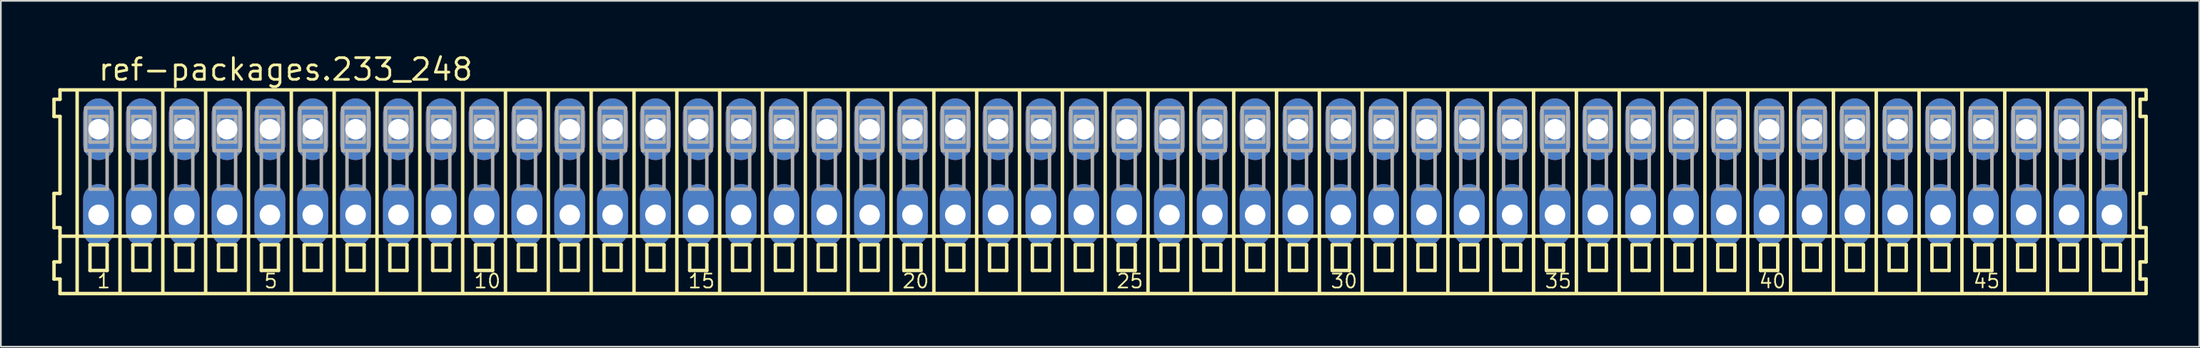
<source format=kicad_pcb>
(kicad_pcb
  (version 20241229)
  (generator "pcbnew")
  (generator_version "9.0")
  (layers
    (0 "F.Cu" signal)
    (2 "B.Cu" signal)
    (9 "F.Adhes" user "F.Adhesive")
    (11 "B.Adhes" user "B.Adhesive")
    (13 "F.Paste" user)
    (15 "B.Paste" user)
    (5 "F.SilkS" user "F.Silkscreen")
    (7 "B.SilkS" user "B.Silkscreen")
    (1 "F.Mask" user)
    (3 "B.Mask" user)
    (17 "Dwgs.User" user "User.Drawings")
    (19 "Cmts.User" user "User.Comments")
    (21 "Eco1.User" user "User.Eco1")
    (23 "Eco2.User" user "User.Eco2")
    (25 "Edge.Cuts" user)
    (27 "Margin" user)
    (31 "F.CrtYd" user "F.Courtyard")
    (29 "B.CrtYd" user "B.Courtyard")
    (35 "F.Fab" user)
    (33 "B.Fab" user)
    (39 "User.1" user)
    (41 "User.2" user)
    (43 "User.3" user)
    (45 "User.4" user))
  (footprint "ref-packages.233_248"
    (layer "F.Cu")
    (at 61.452 7)
    (property "Reference" "ref-packages.233_248" (at -58.85 -5.25 0) (layer "F.SilkS") (effects (font (size 1.27 1.27) (thickness 0.16)) (justify left bottom)))
    (attr through_hole)
    (fp_line (start -61.35 -4.25) (end -61.35 -3.25) (stroke (width 0.203) (type default)) (layer "F.SilkS"))
    (fp_line (start -61.35 -3.25) (end -61 -3.25) (stroke (width 0.203) (type default)) (layer "F.SilkS"))
    (fp_line (start -61.35 1.25) (end -61.35 3.25) (stroke (width 0.203) (type default)) (layer "F.SilkS"))
    (fp_line (start -61.35 3.25) (end -61 3.25) (stroke (width 0.203) (type default)) (layer "F.SilkS"))
    (fp_line (start -61.35 5.25) (end -61.35 6.25) (stroke (width 0.203) (type default)) (layer "F.SilkS"))
    (fp_line (start -61.35 6.25) (end -61 6.25) (stroke (width 0.203) (type default)) (layer "F.SilkS"))
    (fp_line (start -61 -4.8) (end -61 -4.25) (stroke (width 0.203) (type default)) (layer "F.SilkS"))
    (fp_line (start -61 -4.25) (end -61.35 -4.25) (stroke (width 0.203) (type default)) (layer "F.SilkS"))
    (fp_line (start -61 -3.25) (end -61 1.25) (stroke (width 0.203) (type default)) (layer "F.SilkS"))
    (fp_line (start -61 1.25) (end -61.35 1.25) (stroke (width 0.203) (type default)) (layer "F.SilkS"))
    (fp_line (start -61 3.25) (end -61 5.25) (stroke (width 0.203) (type default)) (layer "F.SilkS"))
    (fp_line (start -61 3.75) (end 60.75 3.75) (stroke (width 0.203) (type default)) (layer "F.SilkS"))
    (fp_line (start -61 5.25) (end -61.35 5.25) (stroke (width 0.203) (type default)) (layer "F.SilkS"))
    (fp_line (start -61 6.25) (end -61 7.1) (stroke (width 0.203) (type default)) (layer "F.SilkS"))
    (fp_line (start -61 7.1) (end 60.75 7.1) (stroke (width 0.203) (type default)) (layer "F.SilkS"))
    (fp_line (start -60 -4.75) (end -60 7) (stroke (width 0.203) (type default)) (layer "F.SilkS"))
    (fp_line (start -59.25 4.25) (end -59.25 5.75) (stroke (width 0.203) (type default)) (layer "F.SilkS"))
    (fp_line (start -59.25 5.75) (end -58.25 5.75) (stroke (width 0.203) (type default)) (layer "F.SilkS"))
    (fp_line (start -58.25 4.25) (end -59.25 4.25) (stroke (width 0.203) (type default)) (layer "F.SilkS"))
    (fp_line (start -58.25 5.75) (end -58.25 4.25) (stroke (width 0.203) (type default)) (layer "F.SilkS"))
    (fp_line (start -57.5 -4.75) (end -57.5 7) (stroke (width 0.203) (type default)) (layer "F.SilkS"))
    (fp_line (start -56.75 4.25) (end -56.75 5.75) (stroke (width 0.203) (type default)) (layer "F.SilkS"))
    (fp_line (start -56.75 5.75) (end -55.75 5.75) (stroke (width 0.203) (type default)) (layer "F.SilkS"))
    (fp_line (start -55.75 4.25) (end -56.75 4.25) (stroke (width 0.203) (type default)) (layer "F.SilkS"))
    (fp_line (start -55.75 5.75) (end -55.75 4.25) (stroke (width 0.203) (type default)) (layer "F.SilkS"))
    (fp_line (start -55 -4.75) (end -55 7) (stroke (width 0.203) (type default)) (layer "F.SilkS"))
    (fp_line (start -54.25 4.25) (end -54.25 5.75) (stroke (width 0.203) (type default)) (layer "F.SilkS"))
    (fp_line (start -54.25 5.75) (end -53.25 5.75) (stroke (width 0.203) (type default)) (layer "F.SilkS"))
    (fp_line (start -53.25 4.25) (end -54.25 4.25) (stroke (width 0.203) (type default)) (layer "F.SilkS"))
    (fp_line (start -53.25 5.75) (end -53.25 4.25) (stroke (width 0.203) (type default)) (layer "F.SilkS"))
    (fp_line (start -52.5 -4.75) (end -52.5 7) (stroke (width 0.203) (type default)) (layer "F.SilkS"))
    (fp_line (start -51.75 4.25) (end -51.75 5.75) (stroke (width 0.203) (type default)) (layer "F.SilkS"))
    (fp_line (start -51.75 5.75) (end -50.75 5.75) (stroke (width 0.203) (type default)) (layer "F.SilkS"))
    (fp_line (start -50.75 4.25) (end -51.75 4.25) (stroke (width 0.203) (type default)) (layer "F.SilkS"))
    (fp_line (start -50.75 5.75) (end -50.75 4.25) (stroke (width 0.203) (type default)) (layer "F.SilkS"))
    (fp_line (start -50 -4.75) (end -50 7) (stroke (width 0.203) (type default)) (layer "F.SilkS"))
    (fp_line (start -49.25 4.25) (end -49.25 5.75) (stroke (width 0.203) (type default)) (layer "F.SilkS"))
    (fp_line (start -49.25 5.75) (end -48.25 5.75) (stroke (width 0.203) (type default)) (layer "F.SilkS"))
    (fp_line (start -48.25 4.25) (end -49.25 4.25) (stroke (width 0.203) (type default)) (layer "F.SilkS"))
    (fp_line (start -48.25 5.75) (end -48.25 4.25) (stroke (width 0.203) (type default)) (layer "F.SilkS"))
    (fp_line (start -47.5 -4.75) (end -47.5 7) (stroke (width 0.203) (type default)) (layer "F.SilkS"))
    (fp_line (start -46.75 4.25) (end -46.75 5.75) (stroke (width 0.203) (type default)) (layer "F.SilkS"))
    (fp_line (start -46.75 5.75) (end -45.75 5.75) (stroke (width 0.203) (type default)) (layer "F.SilkS"))
    (fp_line (start -45.75 4.25) (end -46.75 4.25) (stroke (width 0.203) (type default)) (layer "F.SilkS"))
    (fp_line (start -45.75 5.75) (end -45.75 4.25) (stroke (width 0.203) (type default)) (layer "F.SilkS"))
    (fp_line (start -45 -4.75) (end -45 7) (stroke (width 0.203) (type default)) (layer "F.SilkS"))
    (fp_line (start -44.25 4.25) (end -44.25 5.75) (stroke (width 0.203) (type default)) (layer "F.SilkS"))
    (fp_line (start -44.25 5.75) (end -43.25 5.75) (stroke (width 0.203) (type default)) (layer "F.SilkS"))
    (fp_line (start -43.25 4.25) (end -44.25 4.25) (stroke (width 0.203) (type default)) (layer "F.SilkS"))
    (fp_line (start -43.25 5.75) (end -43.25 4.25) (stroke (width 0.203) (type default)) (layer "F.SilkS"))
    (fp_line (start -42.5 -4.75) (end -42.5 7) (stroke (width 0.203) (type default)) (layer "F.SilkS"))
    (fp_line (start -41.75 4.25) (end -41.75 5.75) (stroke (width 0.203) (type default)) (layer "F.SilkS"))
    (fp_line (start -41.75 5.75) (end -40.75 5.75) (stroke (width 0.203) (type default)) (layer "F.SilkS"))
    (fp_line (start -40.75 4.25) (end -41.75 4.25) (stroke (width 0.203) (type default)) (layer "F.SilkS"))
    (fp_line (start -40.75 5.75) (end -40.75 4.25) (stroke (width 0.203) (type default)) (layer "F.SilkS"))
    (fp_line (start -40 -4.75) (end -40 7) (stroke (width 0.203) (type default)) (layer "F.SilkS"))
    (fp_line (start -39.25 4.25) (end -39.25 5.75) (stroke (width 0.203) (type default)) (layer "F.SilkS"))
    (fp_line (start -39.25 5.75) (end -38.25 5.75) (stroke (width 0.203) (type default)) (layer "F.SilkS"))
    (fp_line (start -38.25 4.25) (end -39.25 4.25) (stroke (width 0.203) (type default)) (layer "F.SilkS"))
    (fp_line (start -38.25 5.75) (end -38.25 4.25) (stroke (width 0.203) (type default)) (layer "F.SilkS"))
    (fp_line (start -37.5 -4.75) (end -37.5 7) (stroke (width 0.203) (type default)) (layer "F.SilkS"))
    (fp_line (start -36.75 4.25) (end -36.75 5.75) (stroke (width 0.203) (type default)) (layer "F.SilkS"))
    (fp_line (start -36.75 5.75) (end -35.75 5.75) (stroke (width 0.203) (type default)) (layer "F.SilkS"))
    (fp_line (start -35.75 4.25) (end -36.75 4.25) (stroke (width 0.203) (type default)) (layer "F.SilkS"))
    (fp_line (start -35.75 5.75) (end -35.75 4.25) (stroke (width 0.203) (type default)) (layer "F.SilkS"))
    (fp_line (start -35 -4.75) (end -35 7) (stroke (width 0.203) (type default)) (layer "F.SilkS"))
    (fp_line (start -34.25 4.25) (end -34.25 5.75) (stroke (width 0.203) (type default)) (layer "F.SilkS"))
    (fp_line (start -34.25 5.75) (end -33.25 5.75) (stroke (width 0.203) (type default)) (layer "F.SilkS"))
    (fp_line (start -33.25 4.25) (end -34.25 4.25) (stroke (width 0.203) (type default)) (layer "F.SilkS"))
    (fp_line (start -33.25 5.75) (end -33.25 4.25) (stroke (width 0.203) (type default)) (layer "F.SilkS"))
    (fp_line (start -32.5 -4.75) (end -32.5 7) (stroke (width 0.203) (type default)) (layer "F.SilkS"))
    (fp_line (start -31.75 4.25) (end -31.75 5.75) (stroke (width 0.203) (type default)) (layer "F.SilkS"))
    (fp_line (start -31.75 5.75) (end -30.75 5.75) (stroke (width 0.203) (type default)) (layer "F.SilkS"))
    (fp_line (start -30.75 4.25) (end -31.75 4.25) (stroke (width 0.203) (type default)) (layer "F.SilkS"))
    (fp_line (start -30.75 5.75) (end -30.75 4.25) (stroke (width 0.203) (type default)) (layer "F.SilkS"))
    (fp_line (start -30 -4.75) (end -30 7) (stroke (width 0.203) (type default)) (layer "F.SilkS"))
    (fp_line (start -29.25 4.25) (end -29.25 5.75) (stroke (width 0.203) (type default)) (layer "F.SilkS"))
    (fp_line (start -29.25 5.75) (end -28.25 5.75) (stroke (width 0.203) (type default)) (layer "F.SilkS"))
    (fp_line (start -28.25 4.25) (end -29.25 4.25) (stroke (width 0.203) (type default)) (layer "F.SilkS"))
    (fp_line (start -28.25 5.75) (end -28.25 4.25) (stroke (width 0.203) (type default)) (layer "F.SilkS"))
    (fp_line (start -27.5 -4.75) (end -27.5 7) (stroke (width 0.203) (type default)) (layer "F.SilkS"))
    (fp_line (start -26.75 4.25) (end -26.75 5.75) (stroke (width 0.203) (type default)) (layer "F.SilkS"))
    (fp_line (start -26.75 5.75) (end -25.75 5.75) (stroke (width 0.203) (type default)) (layer "F.SilkS"))
    (fp_line (start -25.75 4.25) (end -26.75 4.25) (stroke (width 0.203) (type default)) (layer "F.SilkS"))
    (fp_line (start -25.75 5.75) (end -25.75 4.25) (stroke (width 0.203) (type default)) (layer "F.SilkS"))
    (fp_line (start -25 -4.75) (end -25 7) (stroke (width 0.203) (type default)) (layer "F.SilkS"))
    (fp_line (start -24.25 4.25) (end -24.25 5.75) (stroke (width 0.203) (type default)) (layer "F.SilkS"))
    (fp_line (start -24.25 5.75) (end -23.25 5.75) (stroke (width 0.203) (type default)) (layer "F.SilkS"))
    (fp_line (start -23.25 4.25) (end -24.25 4.25) (stroke (width 0.203) (type default)) (layer "F.SilkS"))
    (fp_line (start -23.25 5.75) (end -23.25 4.25) (stroke (width 0.203) (type default)) (layer "F.SilkS"))
    (fp_line (start -22.5 -4.75) (end -22.5 7) (stroke (width 0.203) (type default)) (layer "F.SilkS"))
    (fp_line (start -21.75 4.25) (end -21.75 5.75) (stroke (width 0.203) (type default)) (layer "F.SilkS"))
    (fp_line (start -21.75 5.75) (end -20.75 5.75) (stroke (width 0.203) (type default)) (layer "F.SilkS"))
    (fp_line (start -20.75 4.25) (end -21.75 4.25) (stroke (width 0.203) (type default)) (layer "F.SilkS"))
    (fp_line (start -20.75 5.75) (end -20.75 4.25) (stroke (width 0.203) (type default)) (layer "F.SilkS"))
    (fp_line (start -20 -4.75) (end -20 7) (stroke (width 0.203) (type default)) (layer "F.SilkS"))
    (fp_line (start -19.25 4.25) (end -19.25 5.75) (stroke (width 0.203) (type default)) (layer "F.SilkS"))
    (fp_line (start -19.25 5.75) (end -18.25 5.75) (stroke (width 0.203) (type default)) (layer "F.SilkS"))
    (fp_line (start -18.25 4.25) (end -19.25 4.25) (stroke (width 0.203) (type default)) (layer "F.SilkS"))
    (fp_line (start -18.25 5.75) (end -18.25 4.25) (stroke (width 0.203) (type default)) (layer "F.SilkS"))
    (fp_line (start -17.5 -4.75) (end -17.5 7) (stroke (width 0.203) (type default)) (layer "F.SilkS"))
    (fp_line (start -16.75 4.25) (end -16.75 5.75) (stroke (width 0.203) (type default)) (layer "F.SilkS"))
    (fp_line (start -16.75 5.75) (end -15.75 5.75) (stroke (width 0.203) (type default)) (layer "F.SilkS"))
    (fp_line (start -15.75 4.25) (end -16.75 4.25) (stroke (width 0.203) (type default)) (layer "F.SilkS"))
    (fp_line (start -15.75 5.75) (end -15.75 4.25) (stroke (width 0.203) (type default)) (layer "F.SilkS"))
    (fp_line (start -15 -4.75) (end -15 7) (stroke (width 0.203) (type default)) (layer "F.SilkS"))
    (fp_line (start -14.25 4.25) (end -14.25 5.75) (stroke (width 0.203) (type default)) (layer "F.SilkS"))
    (fp_line (start -14.25 5.75) (end -13.25 5.75) (stroke (width 0.203) (type default)) (layer "F.SilkS"))
    (fp_line (start -13.25 4.25) (end -14.25 4.25) (stroke (width 0.203) (type default)) (layer "F.SilkS"))
    (fp_line (start -13.25 5.75) (end -13.25 4.25) (stroke (width 0.203) (type default)) (layer "F.SilkS"))
    (fp_line (start -12.5 -4.75) (end -12.5 7) (stroke (width 0.203) (type default)) (layer "F.SilkS"))
    (fp_line (start -11.75 4.25) (end -11.75 5.75) (stroke (width 0.203) (type default)) (layer "F.SilkS"))
    (fp_line (start -11.75 5.75) (end -10.75 5.75) (stroke (width 0.203) (type default)) (layer "F.SilkS"))
    (fp_line (start -10.75 4.25) (end -11.75 4.25) (stroke (width 0.203) (type default)) (layer "F.SilkS"))
    (fp_line (start -10.75 5.75) (end -10.75 4.25) (stroke (width 0.203) (type default)) (layer "F.SilkS"))
    (fp_line (start -10 -4.75) (end -10 7) (stroke (width 0.203) (type default)) (layer "F.SilkS"))
    (fp_line (start -9.25 4.25) (end -9.25 5.75) (stroke (width 0.203) (type default)) (layer "F.SilkS"))
    (fp_line (start -9.25 5.75) (end -8.25 5.75) (stroke (width 0.203) (type default)) (layer "F.SilkS"))
    (fp_line (start -8.25 4.25) (end -9.25 4.25) (stroke (width 0.203) (type default)) (layer "F.SilkS"))
    (fp_line (start -8.25 5.75) (end -8.25 4.25) (stroke (width 0.203) (type default)) (layer "F.SilkS"))
    (fp_line (start -7.5 -4.75) (end -7.5 7) (stroke (width 0.203) (type default)) (layer "F.SilkS"))
    (fp_line (start -6.75 4.25) (end -6.75 5.75) (stroke (width 0.203) (type default)) (layer "F.SilkS"))
    (fp_line (start -6.75 5.75) (end -5.75 5.75) (stroke (width 0.203) (type default)) (layer "F.SilkS"))
    (fp_line (start -5.75 4.25) (end -6.75 4.25) (stroke (width 0.203) (type default)) (layer "F.SilkS"))
    (fp_line (start -5.75 5.75) (end -5.75 4.25) (stroke (width 0.203) (type default)) (layer "F.SilkS"))
    (fp_line (start -5 -4.75) (end -5 7) (stroke (width 0.203) (type default)) (layer "F.SilkS"))
    (fp_line (start -4.25 4.25) (end -4.25 5.75) (stroke (width 0.203) (type default)) (layer "F.SilkS"))
    (fp_line (start -4.25 5.75) (end -3.25 5.75) (stroke (width 0.203) (type default)) (layer "F.SilkS"))
    (fp_line (start -3.25 4.25) (end -4.25 4.25) (stroke (width 0.203) (type default)) (layer "F.SilkS"))
    (fp_line (start -3.25 5.75) (end -3.25 4.25) (stroke (width 0.203) (type default)) (layer "F.SilkS"))
    (fp_line (start -2.5 -4.75) (end -2.5 7) (stroke (width 0.203) (type default)) (layer "F.SilkS"))
    (fp_line (start -1.75 4.25) (end -1.75 5.75) (stroke (width 0.203) (type default)) (layer "F.SilkS"))
    (fp_line (start -1.75 5.75) (end -0.75 5.75) (stroke (width 0.203) (type default)) (layer "F.SilkS"))
    (fp_line (start -0.75 4.25) (end -1.75 4.25) (stroke (width 0.203) (type default)) (layer "F.SilkS"))
    (fp_line (start -0.75 5.75) (end -0.75 4.25) (stroke (width 0.203) (type default)) (layer "F.SilkS"))
    (fp_line (start 0 -4.75) (end 0 7) (stroke (width 0.203) (type default)) (layer "F.SilkS"))
    (fp_line (start 0.75 4.25) (end 0.75 5.75) (stroke (width 0.203) (type default)) (layer "F.SilkS"))
    (fp_line (start 0.75 5.75) (end 1.75 5.75) (stroke (width 0.203) (type default)) (layer "F.SilkS"))
    (fp_line (start 1.75 4.25) (end 0.75 4.25) (stroke (width 0.203) (type default)) (layer "F.SilkS"))
    (fp_line (start 1.75 5.75) (end 1.75 4.25) (stroke (width 0.203) (type default)) (layer "F.SilkS"))
    (fp_line (start 2.5 -4.75) (end 2.5 7) (stroke (width 0.203) (type default)) (layer "F.SilkS"))
    (fp_line (start 3.25 4.25) (end 3.25 5.75) (stroke (width 0.203) (type default)) (layer "F.SilkS"))
    (fp_line (start 3.25 5.75) (end 4.25 5.75) (stroke (width 0.203) (type default)) (layer "F.SilkS"))
    (fp_line (start 4.25 4.25) (end 3.25 4.25) (stroke (width 0.203) (type default)) (layer "F.SilkS"))
    (fp_line (start 4.25 5.75) (end 4.25 4.25) (stroke (width 0.203) (type default)) (layer "F.SilkS"))
    (fp_line (start 5 -4.75) (end 5 7) (stroke (width 0.203) (type default)) (layer "F.SilkS"))
    (fp_line (start 5.75 4.25) (end 5.75 5.75) (stroke (width 0.203) (type default)) (layer "F.SilkS"))
    (fp_line (start 5.75 5.75) (end 6.75 5.75) (stroke (width 0.203) (type default)) (layer "F.SilkS"))
    (fp_line (start 6.75 4.25) (end 5.75 4.25) (stroke (width 0.203) (type default)) (layer "F.SilkS"))
    (fp_line (start 6.75 5.75) (end 6.75 4.25) (stroke (width 0.203) (type default)) (layer "F.SilkS"))
    (fp_line (start 7.5 -4.75) (end 7.5 7) (stroke (width 0.203) (type default)) (layer "F.SilkS"))
    (fp_line (start 8.25 4.25) (end 8.25 5.75) (stroke (width 0.203) (type default)) (layer "F.SilkS"))
    (fp_line (start 8.25 5.75) (end 9.25 5.75) (stroke (width 0.203) (type default)) (layer "F.SilkS"))
    (fp_line (start 9.25 4.25) (end 8.25 4.25) (stroke (width 0.203) (type default)) (layer "F.SilkS"))
    (fp_line (start 9.25 5.75) (end 9.25 4.25) (stroke (width 0.203) (type default)) (layer "F.SilkS"))
    (fp_line (start 10 -4.75) (end 10 7) (stroke (width 0.203) (type default)) (layer "F.SilkS"))
    (fp_line (start 10.75 4.25) (end 10.75 5.75) (stroke (width 0.203) (type default)) (layer "F.SilkS"))
    (fp_line (start 10.75 5.75) (end 11.75 5.75) (stroke (width 0.203) (type default)) (layer "F.SilkS"))
    (fp_line (start 11.75 4.25) (end 10.75 4.25) (stroke (width 0.203) (type default)) (layer "F.SilkS"))
    (fp_line (start 11.75 5.75) (end 11.75 4.25) (stroke (width 0.203) (type default)) (layer "F.SilkS"))
    (fp_line (start 12.5 -4.75) (end 12.5 7) (stroke (width 0.203) (type default)) (layer "F.SilkS"))
    (fp_line (start 13.25 4.25) (end 13.25 5.75) (stroke (width 0.203) (type default)) (layer "F.SilkS"))
    (fp_line (start 13.25 5.75) (end 14.25 5.75) (stroke (width 0.203) (type default)) (layer "F.SilkS"))
    (fp_line (start 14.25 4.25) (end 13.25 4.25) (stroke (width 0.203) (type default)) (layer "F.SilkS"))
    (fp_line (start 14.25 5.75) (end 14.25 4.25) (stroke (width 0.203) (type default)) (layer "F.SilkS"))
    (fp_line (start 15 -4.75) (end 15 7) (stroke (width 0.203) (type default)) (layer "F.SilkS"))
    (fp_line (start 15.75 4.25) (end 15.75 5.75) (stroke (width 0.203) (type default)) (layer "F.SilkS"))
    (fp_line (start 15.75 5.75) (end 16.75 5.75) (stroke (width 0.203) (type default)) (layer "F.SilkS"))
    (fp_line (start 16.75 4.25) (end 15.75 4.25) (stroke (width 0.203) (type default)) (layer "F.SilkS"))
    (fp_line (start 16.75 5.75) (end 16.75 4.25) (stroke (width 0.203) (type default)) (layer "F.SilkS"))
    (fp_line (start 17.5 -4.75) (end 17.5 7) (stroke (width 0.203) (type default)) (layer "F.SilkS"))
    (fp_line (start 18.25 4.25) (end 18.25 5.75) (stroke (width 0.203) (type default)) (layer "F.SilkS"))
    (fp_line (start 18.25 5.75) (end 19.25 5.75) (stroke (width 0.203) (type default)) (layer "F.SilkS"))
    (fp_line (start 19.25 4.25) (end 18.25 4.25) (stroke (width 0.203) (type default)) (layer "F.SilkS"))
    (fp_line (start 19.25 5.75) (end 19.25 4.25) (stroke (width 0.203) (type default)) (layer "F.SilkS"))
    (fp_line (start 20 -4.75) (end 20 7) (stroke (width 0.203) (type default)) (layer "F.SilkS"))
    (fp_line (start 20.75 4.25) (end 20.75 5.75) (stroke (width 0.203) (type default)) (layer "F.SilkS"))
    (fp_line (start 20.75 5.75) (end 21.75 5.75) (stroke (width 0.203) (type default)) (layer "F.SilkS"))
    (fp_line (start 21.75 4.25) (end 20.75 4.25) (stroke (width 0.203) (type default)) (layer "F.SilkS"))
    (fp_line (start 21.75 5.75) (end 21.75 4.25) (stroke (width 0.203) (type default)) (layer "F.SilkS"))
    (fp_line (start 22.5 -4.75) (end 22.5 7) (stroke (width 0.203) (type default)) (layer "F.SilkS"))
    (fp_line (start 23.25 4.25) (end 23.25 5.75) (stroke (width 0.203) (type default)) (layer "F.SilkS"))
    (fp_line (start 23.25 5.75) (end 24.25 5.75) (stroke (width 0.203) (type default)) (layer "F.SilkS"))
    (fp_line (start 24.25 4.25) (end 23.25 4.25) (stroke (width 0.203) (type default)) (layer "F.SilkS"))
    (fp_line (start 24.25 5.75) (end 24.25 4.25) (stroke (width 0.203) (type default)) (layer "F.SilkS"))
    (fp_line (start 25 -4.75) (end 25 7) (stroke (width 0.203) (type default)) (layer "F.SilkS"))
    (fp_line (start 25.75 4.25) (end 25.75 5.75) (stroke (width 0.203) (type default)) (layer "F.SilkS"))
    (fp_line (start 25.75 5.75) (end 26.75 5.75) (stroke (width 0.203) (type default)) (layer "F.SilkS"))
    (fp_line (start 26.75 4.25) (end 25.75 4.25) (stroke (width 0.203) (type default)) (layer "F.SilkS"))
    (fp_line (start 26.75 5.75) (end 26.75 4.25) (stroke (width 0.203) (type default)) (layer "F.SilkS"))
    (fp_line (start 27.5 -4.75) (end 27.5 7) (stroke (width 0.203) (type default)) (layer "F.SilkS"))
    (fp_line (start 28.25 4.25) (end 28.25 5.75) (stroke (width 0.203) (type default)) (layer "F.SilkS"))
    (fp_line (start 28.25 5.75) (end 29.25 5.75) (stroke (width 0.203) (type default)) (layer "F.SilkS"))
    (fp_line (start 29.25 4.25) (end 28.25 4.25) (stroke (width 0.203) (type default)) (layer "F.SilkS"))
    (fp_line (start 29.25 5.75) (end 29.25 4.25) (stroke (width 0.203) (type default)) (layer "F.SilkS"))
    (fp_line (start 30 -4.75) (end 30 7) (stroke (width 0.203) (type default)) (layer "F.SilkS"))
    (fp_line (start 30.75 4.25) (end 30.75 5.75) (stroke (width 0.203) (type default)) (layer "F.SilkS"))
    (fp_line (start 30.75 5.75) (end 31.75 5.75) (stroke (width 0.203) (type default)) (layer "F.SilkS"))
    (fp_line (start 31.75 4.25) (end 30.75 4.25) (stroke (width 0.203) (type default)) (layer "F.SilkS"))
    (fp_line (start 31.75 5.75) (end 31.75 4.25) (stroke (width 0.203) (type default)) (layer "F.SilkS"))
    (fp_line (start 32.5 -4.75) (end 32.5 7) (stroke (width 0.203) (type default)) (layer "F.SilkS"))
    (fp_line (start 33.25 4.25) (end 33.25 5.75) (stroke (width 0.203) (type default)) (layer "F.SilkS"))
    (fp_line (start 33.25 5.75) (end 34.25 5.75) (stroke (width 0.203) (type default)) (layer "F.SilkS"))
    (fp_line (start 34.25 4.25) (end 33.25 4.25) (stroke (width 0.203) (type default)) (layer "F.SilkS"))
    (fp_line (start 34.25 5.75) (end 34.25 4.25) (stroke (width 0.203) (type default)) (layer "F.SilkS"))
    (fp_line (start 35 -4.75) (end 35 7) (stroke (width 0.203) (type default)) (layer "F.SilkS"))
    (fp_line (start 35.75 4.25) (end 35.75 5.75) (stroke (width 0.203) (type default)) (layer "F.SilkS"))
    (fp_line (start 35.75 5.75) (end 36.75 5.75) (stroke (width 0.203) (type default)) (layer "F.SilkS"))
    (fp_line (start 36.75 4.25) (end 35.75 4.25) (stroke (width 0.203) (type default)) (layer "F.SilkS"))
    (fp_line (start 36.75 5.75) (end 36.75 4.25) (stroke (width 0.203) (type default)) (layer "F.SilkS"))
    (fp_line (start 37.5 -4.75) (end 37.5 7) (stroke (width 0.203) (type default)) (layer "F.SilkS"))
    (fp_line (start 38.25 4.25) (end 38.25 5.75) (stroke (width 0.203) (type default)) (layer "F.SilkS"))
    (fp_line (start 38.25 5.75) (end 39.25 5.75) (stroke (width 0.203) (type default)) (layer "F.SilkS"))
    (fp_line (start 39.25 4.25) (end 38.25 4.25) (stroke (width 0.203) (type default)) (layer "F.SilkS"))
    (fp_line (start 39.25 5.75) (end 39.25 4.25) (stroke (width 0.203) (type default)) (layer "F.SilkS"))
    (fp_line (start 40 -4.75) (end 40 7) (stroke (width 0.203) (type default)) (layer "F.SilkS"))
    (fp_line (start 40.75 4.25) (end 40.75 5.75) (stroke (width 0.203) (type default)) (layer "F.SilkS"))
    (fp_line (start 40.75 5.75) (end 41.75 5.75) (stroke (width 0.203) (type default)) (layer "F.SilkS"))
    (fp_line (start 41.75 4.25) (end 40.75 4.25) (stroke (width 0.203) (type default)) (layer "F.SilkS"))
    (fp_line (start 41.75 5.75) (end 41.75 4.25) (stroke (width 0.203) (type default)) (layer "F.SilkS"))
    (fp_line (start 42.5 -4.75) (end 42.5 7) (stroke (width 0.203) (type default)) (layer "F.SilkS"))
    (fp_line (start 43.25 4.25) (end 43.25 5.75) (stroke (width 0.203) (type default)) (layer "F.SilkS"))
    (fp_line (start 43.25 5.75) (end 44.25 5.75) (stroke (width 0.203) (type default)) (layer "F.SilkS"))
    (fp_line (start 44.25 4.25) (end 43.25 4.25) (stroke (width 0.203) (type default)) (layer "F.SilkS"))
    (fp_line (start 44.25 5.75) (end 44.25 4.25) (stroke (width 0.203) (type default)) (layer "F.SilkS"))
    (fp_line (start 45 -4.75) (end 45 7) (stroke (width 0.203) (type default)) (layer "F.SilkS"))
    (fp_line (start 45.75 4.25) (end 45.75 5.75) (stroke (width 0.203) (type default)) (layer "F.SilkS"))
    (fp_line (start 45.75 5.75) (end 46.75 5.75) (stroke (width 0.203) (type default)) (layer "F.SilkS"))
    (fp_line (start 46.75 4.25) (end 45.75 4.25) (stroke (width 0.203) (type default)) (layer "F.SilkS"))
    (fp_line (start 46.75 5.75) (end 46.75 4.25) (stroke (width 0.203) (type default)) (layer "F.SilkS"))
    (fp_line (start 47.5 -4.75) (end 47.5 7) (stroke (width 0.203) (type default)) (layer "F.SilkS"))
    (fp_line (start 48.25 4.25) (end 48.25 5.75) (stroke (width 0.203) (type default)) (layer "F.SilkS"))
    (fp_line (start 48.25 5.75) (end 49.25 5.75) (stroke (width 0.203) (type default)) (layer "F.SilkS"))
    (fp_line (start 49.25 4.25) (end 48.25 4.25) (stroke (width 0.203) (type default)) (layer "F.SilkS"))
    (fp_line (start 49.25 5.75) (end 49.25 4.25) (stroke (width 0.203) (type default)) (layer "F.SilkS"))
    (fp_line (start 50 -4.75) (end 50 7) (stroke (width 0.203) (type default)) (layer "F.SilkS"))
    (fp_line (start 50.75 4.25) (end 50.75 5.75) (stroke (width 0.203) (type default)) (layer "F.SilkS"))
    (fp_line (start 50.75 5.75) (end 51.75 5.75) (stroke (width 0.203) (type default)) (layer "F.SilkS"))
    (fp_line (start 51.75 4.25) (end 50.75 4.25) (stroke (width 0.203) (type default)) (layer "F.SilkS"))
    (fp_line (start 51.75 5.75) (end 51.75 4.25) (stroke (width 0.203) (type default)) (layer "F.SilkS"))
    (fp_line (start 52.5 -4.75) (end 52.5 7) (stroke (width 0.203) (type default)) (layer "F.SilkS"))
    (fp_line (start 53.25 4.25) (end 53.25 5.75) (stroke (width 0.203) (type default)) (layer "F.SilkS"))
    (fp_line (start 53.25 5.75) (end 54.25 5.75) (stroke (width 0.203) (type default)) (layer "F.SilkS"))
    (fp_line (start 54.25 4.25) (end 53.25 4.25) (stroke (width 0.203) (type default)) (layer "F.SilkS"))
    (fp_line (start 54.25 5.75) (end 54.25 4.25) (stroke (width 0.203) (type default)) (layer "F.SilkS"))
    (fp_line (start 55 -4.75) (end 55 7) (stroke (width 0.203) (type default)) (layer "F.SilkS"))
    (fp_line (start 55.75 4.25) (end 55.75 5.75) (stroke (width 0.203) (type default)) (layer "F.SilkS"))
    (fp_line (start 55.75 5.75) (end 56.75 5.75) (stroke (width 0.203) (type default)) (layer "F.SilkS"))
    (fp_line (start 56.75 4.25) (end 55.75 4.25) (stroke (width 0.203) (type default)) (layer "F.SilkS"))
    (fp_line (start 56.75 5.75) (end 56.75 4.25) (stroke (width 0.203) (type default)) (layer "F.SilkS"))
    (fp_line (start 57.5 -4.75) (end 57.5 7) (stroke (width 0.203) (type default)) (layer "F.SilkS"))
    (fp_line (start 58.25 4.25) (end 58.25 5.75) (stroke (width 0.203) (type default)) (layer "F.SilkS"))
    (fp_line (start 58.25 5.75) (end 59.25 5.75) (stroke (width 0.203) (type default)) (layer "F.SilkS"))
    (fp_line (start 59.25 4.25) (end 58.25 4.25) (stroke (width 0.203) (type default)) (layer "F.SilkS"))
    (fp_line (start 59.25 5.75) (end 59.25 4.25) (stroke (width 0.203) (type default)) (layer "F.SilkS"))
    (fp_line (start 60 -4.75) (end 60 7) (stroke (width 0.203) (type default)) (layer "F.SilkS"))
    (fp_line (start 60.4 -4.25) (end 60.4 -3.25) (stroke (width 0.203) (type default)) (layer "F.SilkS"))
    (fp_line (start 60.4 -3.25) (end 60.75 -3.25) (stroke (width 0.203) (type default)) (layer "F.SilkS"))
    (fp_line (start 60.4 1.25) (end 60.4 3.25) (stroke (width 0.203) (type default)) (layer "F.SilkS"))
    (fp_line (start 60.4 3.25) (end 60.75 3.25) (stroke (width 0.203) (type default)) (layer "F.SilkS"))
    (fp_line (start 60.4 5.25) (end 60.4 6.25) (stroke (width 0.203) (type default)) (layer "F.SilkS"))
    (fp_line (start 60.4 6.25) (end 60.75 6.25) (stroke (width 0.203) (type default)) (layer "F.SilkS"))
    (fp_line (start 60.75 -4.8) (end -61 -4.8) (stroke (width 0.203) (type default)) (layer "F.SilkS"))
    (fp_line (start 60.75 -4.25) (end 60.4 -4.25) (stroke (width 0.203) (type default)) (layer "F.SilkS"))
    (fp_line (start 60.75 -4.25) (end 60.75 -4.8) (stroke (width 0.203) (type default)) (layer "F.SilkS"))
    (fp_line (start 60.75 1.25) (end 60.4 1.25) (stroke (width 0.203) (type default)) (layer "F.SilkS"))
    (fp_line (start 60.75 1.25) (end 60.75 -3.25) (stroke (width 0.203) (type default)) (layer "F.SilkS"))
    (fp_line (start 60.75 3.75) (end 60.75 3.25) (stroke (width 0.203) (type default)) (layer "F.SilkS"))
    (fp_line (start 60.75 5.25) (end 60.4 5.25) (stroke (width 0.203) (type default)) (layer "F.SilkS"))
    (fp_line (start 60.75 5.25) (end 60.75 3.75) (stroke (width 0.203) (type default)) (layer "F.SilkS"))
    (fp_line (start 60.75 7.1) (end 60.75 6.25) (stroke (width 0.203) (type default)) (layer "F.SilkS"))
    (fp_line (start -59.5 -3.75) (end -59.5 -1.25) (stroke (width 0.203) (type default)) (layer "F.Fab"))
    (fp_line (start -59.5 -1.25) (end -59.25 -1.25) (stroke (width 0.203) (type default)) (layer "F.Fab"))
    (fp_line (start -59.25 -3.25) (end -59.25 -1.75) (stroke (width 0.203) (type default)) (layer "F.Fab"))
    (fp_line (start -59.25 -1.75) (end -58.25 -1.75) (stroke (width 0.203) (type default)) (layer "F.Fab"))
    (fp_line (start -59.25 -1.25) (end -59.25 1) (stroke (width 0.203) (type default)) (layer "F.Fab"))
    (fp_line (start -59.25 -1.25) (end -58.25 -1.25) (stroke (width 0.203) (type default)) (layer "F.Fab"))
    (fp_line (start -59.25 1) (end -58.25 1) (stroke (width 0.203) (type default)) (layer "F.Fab"))
    (fp_line (start -58.25 -3.25) (end -59.25 -3.25) (stroke (width 0.203) (type default)) (layer "F.Fab"))
    (fp_line (start -58.25 -1.75) (end -58.25 -3.25) (stroke (width 0.203) (type default)) (layer "F.Fab"))
    (fp_line (start -58.25 -1.25) (end -58 -1.25) (stroke (width 0.203) (type default)) (layer "F.Fab"))
    (fp_line (start -58.25 1) (end -58.25 -1.25) (stroke (width 0.203) (type default)) (layer "F.Fab"))
    (fp_line (start -58 -3.75) (end -59.5 -3.75) (stroke (width 0.203) (type default)) (layer "F.Fab"))
    (fp_line (start -58 -1.25) (end -58 -3.75) (stroke (width 0.203) (type default)) (layer "F.Fab"))
    (fp_line (start -57 -3.75) (end -57 -1.25) (stroke (width 0.203) (type default)) (layer "F.Fab"))
    (fp_line (start -57 -1.25) (end -56.75 -1.25) (stroke (width 0.203) (type default)) (layer "F.Fab"))
    (fp_line (start -56.75 -3.25) (end -56.75 -1.75) (stroke (width 0.203) (type default)) (layer "F.Fab"))
    (fp_line (start -56.75 -1.75) (end -55.75 -1.75) (stroke (width 0.203) (type default)) (layer "F.Fab"))
    (fp_line (start -56.75 -1.25) (end -56.75 1) (stroke (width 0.203) (type default)) (layer "F.Fab"))
    (fp_line (start -56.75 -1.25) (end -55.75 -1.25) (stroke (width 0.203) (type default)) (layer "F.Fab"))
    (fp_line (start -56.75 1) (end -55.75 1) (stroke (width 0.203) (type default)) (layer "F.Fab"))
    (fp_line (start -55.75 -3.25) (end -56.75 -3.25) (stroke (width 0.203) (type default)) (layer "F.Fab"))
    (fp_line (start -55.75 -1.75) (end -55.75 -3.25) (stroke (width 0.203) (type default)) (layer "F.Fab"))
    (fp_line (start -55.75 -1.25) (end -55.5 -1.25) (stroke (width 0.203) (type default)) (layer "F.Fab"))
    (fp_line (start -55.75 1) (end -55.75 -1.25) (stroke (width 0.203) (type default)) (layer "F.Fab"))
    (fp_line (start -55.5 -3.75) (end -57 -3.75) (stroke (width 0.203) (type default)) (layer "F.Fab"))
    (fp_line (start -55.5 -1.25) (end -55.5 -3.75) (stroke (width 0.203) (type default)) (layer "F.Fab"))
    (fp_line (start -54.5 -3.75) (end -54.5 -1.25) (stroke (width 0.203) (type default)) (layer "F.Fab"))
    (fp_line (start -54.5 -1.25) (end -54.25 -1.25) (stroke (width 0.203) (type default)) (layer "F.Fab"))
    (fp_line (start -54.25 -3.25) (end -54.25 -1.75) (stroke (width 0.203) (type default)) (layer "F.Fab"))
    (fp_line (start -54.25 -1.75) (end -53.25 -1.75) (stroke (width 0.203) (type default)) (layer "F.Fab"))
    (fp_line (start -54.25 -1.25) (end -54.25 1) (stroke (width 0.203) (type default)) (layer "F.Fab"))
    (fp_line (start -54.25 -1.25) (end -53.25 -1.25) (stroke (width 0.203) (type default)) (layer "F.Fab"))
    (fp_line (start -54.25 1) (end -53.25 1) (stroke (width 0.203) (type default)) (layer "F.Fab"))
    (fp_line (start -53.25 -3.25) (end -54.25 -3.25) (stroke (width 0.203) (type default)) (layer "F.Fab"))
    (fp_line (start -53.25 -1.75) (end -53.25 -3.25) (stroke (width 0.203) (type default)) (layer "F.Fab"))
    (fp_line (start -53.25 -1.25) (end -53 -1.25) (stroke (width 0.203) (type default)) (layer "F.Fab"))
    (fp_line (start -53.25 1) (end -53.25 -1.25) (stroke (width 0.203) (type default)) (layer "F.Fab"))
    (fp_line (start -53 -3.75) (end -54.5 -3.75) (stroke (width 0.203) (type default)) (layer "F.Fab"))
    (fp_line (start -53 -1.25) (end -53 -3.75) (stroke (width 0.203) (type default)) (layer "F.Fab"))
    (fp_line (start -52 -3.75) (end -52 -1.25) (stroke (width 0.203) (type default)) (layer "F.Fab"))
    (fp_line (start -52 -1.25) (end -51.75 -1.25) (stroke (width 0.203) (type default)) (layer "F.Fab"))
    (fp_line (start -51.75 -3.25) (end -51.75 -1.75) (stroke (width 0.203) (type default)) (layer "F.Fab"))
    (fp_line (start -51.75 -1.75) (end -50.75 -1.75) (stroke (width 0.203) (type default)) (layer "F.Fab"))
    (fp_line (start -51.75 -1.25) (end -51.75 1) (stroke (width 0.203) (type default)) (layer "F.Fab"))
    (fp_line (start -51.75 -1.25) (end -50.75 -1.25) (stroke (width 0.203) (type default)) (layer "F.Fab"))
    (fp_line (start -51.75 1) (end -50.75 1) (stroke (width 0.203) (type default)) (layer "F.Fab"))
    (fp_line (start -50.75 -3.25) (end -51.75 -3.25) (stroke (width 0.203) (type default)) (layer "F.Fab"))
    (fp_line (start -50.75 -1.75) (end -50.75 -3.25) (stroke (width 0.203) (type default)) (layer "F.Fab"))
    (fp_line (start -50.75 -1.25) (end -50.5 -1.25) (stroke (width 0.203) (type default)) (layer "F.Fab"))
    (fp_line (start -50.75 1) (end -50.75 -1.25) (stroke (width 0.203) (type default)) (layer "F.Fab"))
    (fp_line (start -50.5 -3.75) (end -52 -3.75) (stroke (width 0.203) (type default)) (layer "F.Fab"))
    (fp_line (start -50.5 -1.25) (end -50.5 -3.75) (stroke (width 0.203) (type default)) (layer "F.Fab"))
    (fp_line (start -49.5 -3.75) (end -49.5 -1.25) (stroke (width 0.203) (type default)) (layer "F.Fab"))
    (fp_line (start -49.5 -1.25) (end -49.25 -1.25) (stroke (width 0.203) (type default)) (layer "F.Fab"))
    (fp_line (start -49.25 -3.25) (end -49.25 -1.75) (stroke (width 0.203) (type default)) (layer "F.Fab"))
    (fp_line (start -49.25 -1.75) (end -48.25 -1.75) (stroke (width 0.203) (type default)) (layer "F.Fab"))
    (fp_line (start -49.25 -1.25) (end -49.25 1) (stroke (width 0.203) (type default)) (layer "F.Fab"))
    (fp_line (start -49.25 -1.25) (end -48.25 -1.25) (stroke (width 0.203) (type default)) (layer "F.Fab"))
    (fp_line (start -49.25 1) (end -48.25 1) (stroke (width 0.203) (type default)) (layer "F.Fab"))
    (fp_line (start -48.25 -3.25) (end -49.25 -3.25) (stroke (width 0.203) (type default)) (layer "F.Fab"))
    (fp_line (start -48.25 -1.75) (end -48.25 -3.25) (stroke (width 0.203) (type default)) (layer "F.Fab"))
    (fp_line (start -48.25 -1.25) (end -48 -1.25) (stroke (width 0.203) (type default)) (layer "F.Fab"))
    (fp_line (start -48.25 1) (end -48.25 -1.25) (stroke (width 0.203) (type default)) (layer "F.Fab"))
    (fp_line (start -48 -3.75) (end -49.5 -3.75) (stroke (width 0.203) (type default)) (layer "F.Fab"))
    (fp_line (start -48 -1.25) (end -48 -3.75) (stroke (width 0.203) (type default)) (layer "F.Fab"))
    (fp_line (start -47 -3.75) (end -47 -1.25) (stroke (width 0.203) (type default)) (layer "F.Fab"))
    (fp_line (start -47 -1.25) (end -46.75 -1.25) (stroke (width 0.203) (type default)) (layer "F.Fab"))
    (fp_line (start -46.75 -3.25) (end -46.75 -1.75) (stroke (width 0.203) (type default)) (layer "F.Fab"))
    (fp_line (start -46.75 -1.75) (end -45.75 -1.75) (stroke (width 0.203) (type default)) (layer "F.Fab"))
    (fp_line (start -46.75 -1.25) (end -46.75 1) (stroke (width 0.203) (type default)) (layer "F.Fab"))
    (fp_line (start -46.75 -1.25) (end -45.75 -1.25) (stroke (width 0.203) (type default)) (layer "F.Fab"))
    (fp_line (start -46.75 1) (end -45.75 1) (stroke (width 0.203) (type default)) (layer "F.Fab"))
    (fp_line (start -45.75 -3.25) (end -46.75 -3.25) (stroke (width 0.203) (type default)) (layer "F.Fab"))
    (fp_line (start -45.75 -1.75) (end -45.75 -3.25) (stroke (width 0.203) (type default)) (layer "F.Fab"))
    (fp_line (start -45.75 -1.25) (end -45.5 -1.25) (stroke (width 0.203) (type default)) (layer "F.Fab"))
    (fp_line (start -45.75 1) (end -45.75 -1.25) (stroke (width 0.203) (type default)) (layer "F.Fab"))
    (fp_line (start -45.5 -3.75) (end -47 -3.75) (stroke (width 0.203) (type default)) (layer "F.Fab"))
    (fp_line (start -45.5 -1.25) (end -45.5 -3.75) (stroke (width 0.203) (type default)) (layer "F.Fab"))
    (fp_line (start -44.5 -3.75) (end -44.5 -1.25) (stroke (width 0.203) (type default)) (layer "F.Fab"))
    (fp_line (start -44.5 -1.25) (end -44.25 -1.25) (stroke (width 0.203) (type default)) (layer "F.Fab"))
    (fp_line (start -44.25 -3.25) (end -44.25 -1.75) (stroke (width 0.203) (type default)) (layer "F.Fab"))
    (fp_line (start -44.25 -1.75) (end -43.25 -1.75) (stroke (width 0.203) (type default)) (layer "F.Fab"))
    (fp_line (start -44.25 -1.25) (end -44.25 1) (stroke (width 0.203) (type default)) (layer "F.Fab"))
    (fp_line (start -44.25 -1.25) (end -43.25 -1.25) (stroke (width 0.203) (type default)) (layer "F.Fab"))
    (fp_line (start -44.25 1) (end -43.25 1) (stroke (width 0.203) (type default)) (layer "F.Fab"))
    (fp_line (start -43.25 -3.25) (end -44.25 -3.25) (stroke (width 0.203) (type default)) (layer "F.Fab"))
    (fp_line (start -43.25 -1.75) (end -43.25 -3.25) (stroke (width 0.203) (type default)) (layer "F.Fab"))
    (fp_line (start -43.25 -1.25) (end -43 -1.25) (stroke (width 0.203) (type default)) (layer "F.Fab"))
    (fp_line (start -43.25 1) (end -43.25 -1.25) (stroke (width 0.203) (type default)) (layer "F.Fab"))
    (fp_line (start -43 -3.75) (end -44.5 -3.75) (stroke (width 0.203) (type default)) (layer "F.Fab"))
    (fp_line (start -43 -1.25) (end -43 -3.75) (stroke (width 0.203) (type default)) (layer "F.Fab"))
    (fp_line (start -42 -3.75) (end -42 -1.25) (stroke (width 0.203) (type default)) (layer "F.Fab"))
    (fp_line (start -42 -1.25) (end -41.75 -1.25) (stroke (width 0.203) (type default)) (layer "F.Fab"))
    (fp_line (start -41.75 -3.25) (end -41.75 -1.75) (stroke (width 0.203) (type default)) (layer "F.Fab"))
    (fp_line (start -41.75 -1.75) (end -40.75 -1.75) (stroke (width 0.203) (type default)) (layer "F.Fab"))
    (fp_line (start -41.75 -1.25) (end -41.75 1) (stroke (width 0.203) (type default)) (layer "F.Fab"))
    (fp_line (start -41.75 -1.25) (end -40.75 -1.25) (stroke (width 0.203) (type default)) (layer "F.Fab"))
    (fp_line (start -41.75 1) (end -40.75 1) (stroke (width 0.203) (type default)) (layer "F.Fab"))
    (fp_line (start -40.75 -3.25) (end -41.75 -3.25) (stroke (width 0.203) (type default)) (layer "F.Fab"))
    (fp_line (start -40.75 -1.75) (end -40.75 -3.25) (stroke (width 0.203) (type default)) (layer "F.Fab"))
    (fp_line (start -40.75 -1.25) (end -40.5 -1.25) (stroke (width 0.203) (type default)) (layer "F.Fab"))
    (fp_line (start -40.75 1) (end -40.75 -1.25) (stroke (width 0.203) (type default)) (layer "F.Fab"))
    (fp_line (start -40.5 -3.75) (end -42 -3.75) (stroke (width 0.203) (type default)) (layer "F.Fab"))
    (fp_line (start -40.5 -1.25) (end -40.5 -3.75) (stroke (width 0.203) (type default)) (layer "F.Fab"))
    (fp_line (start -39.5 -3.75) (end -39.5 -1.25) (stroke (width 0.203) (type default)) (layer "F.Fab"))
    (fp_line (start -39.5 -1.25) (end -39.25 -1.25) (stroke (width 0.203) (type default)) (layer "F.Fab"))
    (fp_line (start -39.25 -3.25) (end -39.25 -1.75) (stroke (width 0.203) (type default)) (layer "F.Fab"))
    (fp_line (start -39.25 -1.75) (end -38.25 -1.75) (stroke (width 0.203) (type default)) (layer "F.Fab"))
    (fp_line (start -39.25 -1.25) (end -39.25 1) (stroke (width 0.203) (type default)) (layer "F.Fab"))
    (fp_line (start -39.25 -1.25) (end -38.25 -1.25) (stroke (width 0.203) (type default)) (layer "F.Fab"))
    (fp_line (start -39.25 1) (end -38.25 1) (stroke (width 0.203) (type default)) (layer "F.Fab"))
    (fp_line (start -38.25 -3.25) (end -39.25 -3.25) (stroke (width 0.203) (type default)) (layer "F.Fab"))
    (fp_line (start -38.25 -1.75) (end -38.25 -3.25) (stroke (width 0.203) (type default)) (layer "F.Fab"))
    (fp_line (start -38.25 -1.25) (end -38 -1.25) (stroke (width 0.203) (type default)) (layer "F.Fab"))
    (fp_line (start -38.25 1) (end -38.25 -1.25) (stroke (width 0.203) (type default)) (layer "F.Fab"))
    (fp_line (start -38 -3.75) (end -39.5 -3.75) (stroke (width 0.203) (type default)) (layer "F.Fab"))
    (fp_line (start -38 -1.25) (end -38 -3.75) (stroke (width 0.203) (type default)) (layer "F.Fab"))
    (fp_line (start -37 -3.75) (end -37 -1.25) (stroke (width 0.203) (type default)) (layer "F.Fab"))
    (fp_line (start -37 -1.25) (end -36.75 -1.25) (stroke (width 0.203) (type default)) (layer "F.Fab"))
    (fp_line (start -36.75 -3.25) (end -36.75 -1.75) (stroke (width 0.203) (type default)) (layer "F.Fab"))
    (fp_line (start -36.75 -1.75) (end -35.75 -1.75) (stroke (width 0.203) (type default)) (layer "F.Fab"))
    (fp_line (start -36.75 -1.25) (end -36.75 1) (stroke (width 0.203) (type default)) (layer "F.Fab"))
    (fp_line (start -36.75 -1.25) (end -35.75 -1.25) (stroke (width 0.203) (type default)) (layer "F.Fab"))
    (fp_line (start -36.75 1) (end -35.75 1) (stroke (width 0.203) (type default)) (layer "F.Fab"))
    (fp_line (start -35.75 -3.25) (end -36.75 -3.25) (stroke (width 0.203) (type default)) (layer "F.Fab"))
    (fp_line (start -35.75 -1.75) (end -35.75 -3.25) (stroke (width 0.203) (type default)) (layer "F.Fab"))
    (fp_line (start -35.75 -1.25) (end -35.5 -1.25) (stroke (width 0.203) (type default)) (layer "F.Fab"))
    (fp_line (start -35.75 1) (end -35.75 -1.25) (stroke (width 0.203) (type default)) (layer "F.Fab"))
    (fp_line (start -35.5 -3.75) (end -37 -3.75) (stroke (width 0.203) (type default)) (layer "F.Fab"))
    (fp_line (start -35.5 -1.25) (end -35.5 -3.75) (stroke (width 0.203) (type default)) (layer "F.Fab"))
    (fp_line (start -34.5 -3.75) (end -34.5 -1.25) (stroke (width 0.203) (type default)) (layer "F.Fab"))
    (fp_line (start -34.5 -1.25) (end -34.25 -1.25) (stroke (width 0.203) (type default)) (layer "F.Fab"))
    (fp_line (start -34.25 -3.25) (end -34.25 -1.75) (stroke (width 0.203) (type default)) (layer "F.Fab"))
    (fp_line (start -34.25 -1.75) (end -33.25 -1.75) (stroke (width 0.203) (type default)) (layer "F.Fab"))
    (fp_line (start -34.25 -1.25) (end -34.25 1) (stroke (width 0.203) (type default)) (layer "F.Fab"))
    (fp_line (start -34.25 -1.25) (end -33.25 -1.25) (stroke (width 0.203) (type default)) (layer "F.Fab"))
    (fp_line (start -34.25 1) (end -33.25 1) (stroke (width 0.203) (type default)) (layer "F.Fab"))
    (fp_line (start -33.25 -3.25) (end -34.25 -3.25) (stroke (width 0.203) (type default)) (layer "F.Fab"))
    (fp_line (start -33.25 -1.75) (end -33.25 -3.25) (stroke (width 0.203) (type default)) (layer "F.Fab"))
    (fp_line (start -33.25 -1.25) (end -33 -1.25) (stroke (width 0.203) (type default)) (layer "F.Fab"))
    (fp_line (start -33.25 1) (end -33.25 -1.25) (stroke (width 0.203) (type default)) (layer "F.Fab"))
    (fp_line (start -33 -3.75) (end -34.5 -3.75) (stroke (width 0.203) (type default)) (layer "F.Fab"))
    (fp_line (start -33 -1.25) (end -33 -3.75) (stroke (width 0.203) (type default)) (layer "F.Fab"))
    (fp_line (start -32 -3.75) (end -32 -1.25) (stroke (width 0.203) (type default)) (layer "F.Fab"))
    (fp_line (start -32 -1.25) (end -31.75 -1.25) (stroke (width 0.203) (type default)) (layer "F.Fab"))
    (fp_line (start -31.75 -3.25) (end -31.75 -1.75) (stroke (width 0.203) (type default)) (layer "F.Fab"))
    (fp_line (start -31.75 -1.75) (end -30.75 -1.75) (stroke (width 0.203) (type default)) (layer "F.Fab"))
    (fp_line (start -31.75 -1.25) (end -31.75 1) (stroke (width 0.203) (type default)) (layer "F.Fab"))
    (fp_line (start -31.75 -1.25) (end -30.75 -1.25) (stroke (width 0.203) (type default)) (layer "F.Fab"))
    (fp_line (start -31.75 1) (end -30.75 1) (stroke (width 0.203) (type default)) (layer "F.Fab"))
    (fp_line (start -30.75 -3.25) (end -31.75 -3.25) (stroke (width 0.203) (type default)) (layer "F.Fab"))
    (fp_line (start -30.75 -1.75) (end -30.75 -3.25) (stroke (width 0.203) (type default)) (layer "F.Fab"))
    (fp_line (start -30.75 -1.25) (end -30.5 -1.25) (stroke (width 0.203) (type default)) (layer "F.Fab"))
    (fp_line (start -30.75 1) (end -30.75 -1.25) (stroke (width 0.203) (type default)) (layer "F.Fab"))
    (fp_line (start -30.5 -3.75) (end -32 -3.75) (stroke (width 0.203) (type default)) (layer "F.Fab"))
    (fp_line (start -30.5 -1.25) (end -30.5 -3.75) (stroke (width 0.203) (type default)) (layer "F.Fab"))
    (fp_line (start -29.5 -3.75) (end -29.5 -1.25) (stroke (width 0.203) (type default)) (layer "F.Fab"))
    (fp_line (start -29.5 -1.25) (end -29.25 -1.25) (stroke (width 0.203) (type default)) (layer "F.Fab"))
    (fp_line (start -29.25 -3.25) (end -29.25 -1.75) (stroke (width 0.203) (type default)) (layer "F.Fab"))
    (fp_line (start -29.25 -1.75) (end -28.25 -1.75) (stroke (width 0.203) (type default)) (layer "F.Fab"))
    (fp_line (start -29.25 -1.25) (end -29.25 1) (stroke (width 0.203) (type default)) (layer "F.Fab"))
    (fp_line (start -29.25 -1.25) (end -28.25 -1.25) (stroke (width 0.203) (type default)) (layer "F.Fab"))
    (fp_line (start -29.25 1) (end -28.25 1) (stroke (width 0.203) (type default)) (layer "F.Fab"))
    (fp_line (start -28.25 -3.25) (end -29.25 -3.25) (stroke (width 0.203) (type default)) (layer "F.Fab"))
    (fp_line (start -28.25 -1.75) (end -28.25 -3.25) (stroke (width 0.203) (type default)) (layer "F.Fab"))
    (fp_line (start -28.25 -1.25) (end -28 -1.25) (stroke (width 0.203) (type default)) (layer "F.Fab"))
    (fp_line (start -28.25 1) (end -28.25 -1.25) (stroke (width 0.203) (type default)) (layer "F.Fab"))
    (fp_line (start -28 -3.75) (end -29.5 -3.75) (stroke (width 0.203) (type default)) (layer "F.Fab"))
    (fp_line (start -28 -1.25) (end -28 -3.75) (stroke (width 0.203) (type default)) (layer "F.Fab"))
    (fp_line (start -27 -3.75) (end -27 -1.25) (stroke (width 0.203) (type default)) (layer "F.Fab"))
    (fp_line (start -27 -1.25) (end -26.75 -1.25) (stroke (width 0.203) (type default)) (layer "F.Fab"))
    (fp_line (start -26.75 -3.25) (end -26.75 -1.75) (stroke (width 0.203) (type default)) (layer "F.Fab"))
    (fp_line (start -26.75 -1.75) (end -25.75 -1.75) (stroke (width 0.203) (type default)) (layer "F.Fab"))
    (fp_line (start -26.75 -1.25) (end -26.75 1) (stroke (width 0.203) (type default)) (layer "F.Fab"))
    (fp_line (start -26.75 -1.25) (end -25.75 -1.25) (stroke (width 0.203) (type default)) (layer "F.Fab"))
    (fp_line (start -26.75 1) (end -25.75 1) (stroke (width 0.203) (type default)) (layer "F.Fab"))
    (fp_line (start -25.75 -3.25) (end -26.75 -3.25) (stroke (width 0.203) (type default)) (layer "F.Fab"))
    (fp_line (start -25.75 -1.75) (end -25.75 -3.25) (stroke (width 0.203) (type default)) (layer "F.Fab"))
    (fp_line (start -25.75 -1.25) (end -25.5 -1.25) (stroke (width 0.203) (type default)) (layer "F.Fab"))
    (fp_line (start -25.75 1) (end -25.75 -1.25) (stroke (width 0.203) (type default)) (layer "F.Fab"))
    (fp_line (start -25.5 -3.75) (end -27 -3.75) (stroke (width 0.203) (type default)) (layer "F.Fab"))
    (fp_line (start -25.5 -1.25) (end -25.5 -3.75) (stroke (width 0.203) (type default)) (layer "F.Fab"))
    (fp_line (start -24.5 -3.75) (end -24.5 -1.25) (stroke (width 0.203) (type default)) (layer "F.Fab"))
    (fp_line (start -24.5 -1.25) (end -24.25 -1.25) (stroke (width 0.203) (type default)) (layer "F.Fab"))
    (fp_line (start -24.25 -3.25) (end -24.25 -1.75) (stroke (width 0.203) (type default)) (layer "F.Fab"))
    (fp_line (start -24.25 -1.75) (end -23.25 -1.75) (stroke (width 0.203) (type default)) (layer "F.Fab"))
    (fp_line (start -24.25 -1.25) (end -24.25 1) (stroke (width 0.203) (type default)) (layer "F.Fab"))
    (fp_line (start -24.25 -1.25) (end -23.25 -1.25) (stroke (width 0.203) (type default)) (layer "F.Fab"))
    (fp_line (start -24.25 1) (end -23.25 1) (stroke (width 0.203) (type default)) (layer "F.Fab"))
    (fp_line (start -23.25 -3.25) (end -24.25 -3.25) (stroke (width 0.203) (type default)) (layer "F.Fab"))
    (fp_line (start -23.25 -1.75) (end -23.25 -3.25) (stroke (width 0.203) (type default)) (layer "F.Fab"))
    (fp_line (start -23.25 -1.25) (end -23 -1.25) (stroke (width 0.203) (type default)) (layer "F.Fab"))
    (fp_line (start -23.25 1) (end -23.25 -1.25) (stroke (width 0.203) (type default)) (layer "F.Fab"))
    (fp_line (start -23 -3.75) (end -24.5 -3.75) (stroke (width 0.203) (type default)) (layer "F.Fab"))
    (fp_line (start -23 -1.25) (end -23 -3.75) (stroke (width 0.203) (type default)) (layer "F.Fab"))
    (fp_line (start -22 -3.75) (end -22 -1.25) (stroke (width 0.203) (type default)) (layer "F.Fab"))
    (fp_line (start -22 -1.25) (end -21.75 -1.25) (stroke (width 0.203) (type default)) (layer "F.Fab"))
    (fp_line (start -21.75 -3.25) (end -21.75 -1.75) (stroke (width 0.203) (type default)) (layer "F.Fab"))
    (fp_line (start -21.75 -1.75) (end -20.75 -1.75) (stroke (width 0.203) (type default)) (layer "F.Fab"))
    (fp_line (start -21.75 -1.25) (end -21.75 1) (stroke (width 0.203) (type default)) (layer "F.Fab"))
    (fp_line (start -21.75 -1.25) (end -20.75 -1.25) (stroke (width 0.203) (type default)) (layer "F.Fab"))
    (fp_line (start -21.75 1) (end -20.75 1) (stroke (width 0.203) (type default)) (layer "F.Fab"))
    (fp_line (start -20.75 -3.25) (end -21.75 -3.25) (stroke (width 0.203) (type default)) (layer "F.Fab"))
    (fp_line (start -20.75 -1.75) (end -20.75 -3.25) (stroke (width 0.203) (type default)) (layer "F.Fab"))
    (fp_line (start -20.75 -1.25) (end -20.5 -1.25) (stroke (width 0.203) (type default)) (layer "F.Fab"))
    (fp_line (start -20.75 1) (end -20.75 -1.25) (stroke (width 0.203) (type default)) (layer "F.Fab"))
    (fp_line (start -20.5 -3.75) (end -22 -3.75) (stroke (width 0.203) (type default)) (layer "F.Fab"))
    (fp_line (start -20.5 -1.25) (end -20.5 -3.75) (stroke (width 0.203) (type default)) (layer "F.Fab"))
    (fp_line (start -19.5 -3.75) (end -19.5 -1.25) (stroke (width 0.203) (type default)) (layer "F.Fab"))
    (fp_line (start -19.5 -1.25) (end -19.25 -1.25) (stroke (width 0.203) (type default)) (layer "F.Fab"))
    (fp_line (start -19.25 -3.25) (end -19.25 -1.75) (stroke (width 0.203) (type default)) (layer "F.Fab"))
    (fp_line (start -19.25 -1.75) (end -18.25 -1.75) (stroke (width 0.203) (type default)) (layer "F.Fab"))
    (fp_line (start -19.25 -1.25) (end -19.25 1) (stroke (width 0.203) (type default)) (layer "F.Fab"))
    (fp_line (start -19.25 -1.25) (end -18.25 -1.25) (stroke (width 0.203) (type default)) (layer "F.Fab"))
    (fp_line (start -19.25 1) (end -18.25 1) (stroke (width 0.203) (type default)) (layer "F.Fab"))
    (fp_line (start -18.25 -3.25) (end -19.25 -3.25) (stroke (width 0.203) (type default)) (layer "F.Fab"))
    (fp_line (start -18.25 -1.75) (end -18.25 -3.25) (stroke (width 0.203) (type default)) (layer "F.Fab"))
    (fp_line (start -18.25 -1.25) (end -18 -1.25) (stroke (width 0.203) (type default)) (layer "F.Fab"))
    (fp_line (start -18.25 1) (end -18.25 -1.25) (stroke (width 0.203) (type default)) (layer "F.Fab"))
    (fp_line (start -18 -3.75) (end -19.5 -3.75) (stroke (width 0.203) (type default)) (layer "F.Fab"))
    (fp_line (start -18 -1.25) (end -18 -3.75) (stroke (width 0.203) (type default)) (layer "F.Fab"))
    (fp_line (start -17 -3.75) (end -17 -1.25) (stroke (width 0.203) (type default)) (layer "F.Fab"))
    (fp_line (start -17 -1.25) (end -16.75 -1.25) (stroke (width 0.203) (type default)) (layer "F.Fab"))
    (fp_line (start -16.75 -3.25) (end -16.75 -1.75) (stroke (width 0.203) (type default)) (layer "F.Fab"))
    (fp_line (start -16.75 -1.75) (end -15.75 -1.75) (stroke (width 0.203) (type default)) (layer "F.Fab"))
    (fp_line (start -16.75 -1.25) (end -16.75 1) (stroke (width 0.203) (type default)) (layer "F.Fab"))
    (fp_line (start -16.75 -1.25) (end -15.75 -1.25) (stroke (width 0.203) (type default)) (layer "F.Fab"))
    (fp_line (start -16.75 1) (end -15.75 1) (stroke (width 0.203) (type default)) (layer "F.Fab"))
    (fp_line (start -15.75 -3.25) (end -16.75 -3.25) (stroke (width 0.203) (type default)) (layer "F.Fab"))
    (fp_line (start -15.75 -1.75) (end -15.75 -3.25) (stroke (width 0.203) (type default)) (layer "F.Fab"))
    (fp_line (start -15.75 -1.25) (end -15.5 -1.25) (stroke (width 0.203) (type default)) (layer "F.Fab"))
    (fp_line (start -15.75 1) (end -15.75 -1.25) (stroke (width 0.203) (type default)) (layer "F.Fab"))
    (fp_line (start -15.5 -3.75) (end -17 -3.75) (stroke (width 0.203) (type default)) (layer "F.Fab"))
    (fp_line (start -15.5 -1.25) (end -15.5 -3.75) (stroke (width 0.203) (type default)) (layer "F.Fab"))
    (fp_line (start -14.5 -3.75) (end -14.5 -1.25) (stroke (width 0.203) (type default)) (layer "F.Fab"))
    (fp_line (start -14.5 -1.25) (end -14.25 -1.25) (stroke (width 0.203) (type default)) (layer "F.Fab"))
    (fp_line (start -14.25 -3.25) (end -14.25 -1.75) (stroke (width 0.203) (type default)) (layer "F.Fab"))
    (fp_line (start -14.25 -1.75) (end -13.25 -1.75) (stroke (width 0.203) (type default)) (layer "F.Fab"))
    (fp_line (start -14.25 -1.25) (end -14.25 1) (stroke (width 0.203) (type default)) (layer "F.Fab"))
    (fp_line (start -14.25 -1.25) (end -13.25 -1.25) (stroke (width 0.203) (type default)) (layer "F.Fab"))
    (fp_line (start -14.25 1) (end -13.25 1) (stroke (width 0.203) (type default)) (layer "F.Fab"))
    (fp_line (start -13.25 -3.25) (end -14.25 -3.25) (stroke (width 0.203) (type default)) (layer "F.Fab"))
    (fp_line (start -13.25 -1.75) (end -13.25 -3.25) (stroke (width 0.203) (type default)) (layer "F.Fab"))
    (fp_line (start -13.25 -1.25) (end -13 -1.25) (stroke (width 0.203) (type default)) (layer "F.Fab"))
    (fp_line (start -13.25 1) (end -13.25 -1.25) (stroke (width 0.203) (type default)) (layer "F.Fab"))
    (fp_line (start -13 -3.75) (end -14.5 -3.75) (stroke (width 0.203) (type default)) (layer "F.Fab"))
    (fp_line (start -13 -1.25) (end -13 -3.75) (stroke (width 0.203) (type default)) (layer "F.Fab"))
    (fp_line (start -12 -3.75) (end -12 -1.25) (stroke (width 0.203) (type default)) (layer "F.Fab"))
    (fp_line (start -12 -1.25) (end -11.75 -1.25) (stroke (width 0.203) (type default)) (layer "F.Fab"))
    (fp_line (start -11.75 -3.25) (end -11.75 -1.75) (stroke (width 0.203) (type default)) (layer "F.Fab"))
    (fp_line (start -11.75 -1.75) (end -10.75 -1.75) (stroke (width 0.203) (type default)) (layer "F.Fab"))
    (fp_line (start -11.75 -1.25) (end -11.75 1) (stroke (width 0.203) (type default)) (layer "F.Fab"))
    (fp_line (start -11.75 -1.25) (end -10.75 -1.25) (stroke (width 0.203) (type default)) (layer "F.Fab"))
    (fp_line (start -11.75 1) (end -10.75 1) (stroke (width 0.203) (type default)) (layer "F.Fab"))
    (fp_line (start -10.75 -3.25) (end -11.75 -3.25) (stroke (width 0.203) (type default)) (layer "F.Fab"))
    (fp_line (start -10.75 -1.75) (end -10.75 -3.25) (stroke (width 0.203) (type default)) (layer "F.Fab"))
    (fp_line (start -10.75 -1.25) (end -10.5 -1.25) (stroke (width 0.203) (type default)) (layer "F.Fab"))
    (fp_line (start -10.75 1) (end -10.75 -1.25) (stroke (width 0.203) (type default)) (layer "F.Fab"))
    (fp_line (start -10.5 -3.75) (end -12 -3.75) (stroke (width 0.203) (type default)) (layer "F.Fab"))
    (fp_line (start -10.5 -1.25) (end -10.5 -3.75) (stroke (width 0.203) (type default)) (layer "F.Fab"))
    (fp_line (start -9.5 -3.75) (end -9.5 -1.25) (stroke (width 0.203) (type default)) (layer "F.Fab"))
    (fp_line (start -9.5 -1.25) (end -9.25 -1.25) (stroke (width 0.203) (type default)) (layer "F.Fab"))
    (fp_line (start -9.25 -3.25) (end -9.25 -1.75) (stroke (width 0.203) (type default)) (layer "F.Fab"))
    (fp_line (start -9.25 -1.75) (end -8.25 -1.75) (stroke (width 0.203) (type default)) (layer "F.Fab"))
    (fp_line (start -9.25 -1.25) (end -9.25 1) (stroke (width 0.203) (type default)) (layer "F.Fab"))
    (fp_line (start -9.25 -1.25) (end -8.25 -1.25) (stroke (width 0.203) (type default)) (layer "F.Fab"))
    (fp_line (start -9.25 1) (end -8.25 1) (stroke (width 0.203) (type default)) (layer "F.Fab"))
    (fp_line (start -8.25 -3.25) (end -9.25 -3.25) (stroke (width 0.203) (type default)) (layer "F.Fab"))
    (fp_line (start -8.25 -1.75) (end -8.25 -3.25) (stroke (width 0.203) (type default)) (layer "F.Fab"))
    (fp_line (start -8.25 -1.25) (end -8 -1.25) (stroke (width 0.203) (type default)) (layer "F.Fab"))
    (fp_line (start -8.25 1) (end -8.25 -1.25) (stroke (width 0.203) (type default)) (layer "F.Fab"))
    (fp_line (start -8 -3.75) (end -9.5 -3.75) (stroke (width 0.203) (type default)) (layer "F.Fab"))
    (fp_line (start -8 -1.25) (end -8 -3.75) (stroke (width 0.203) (type default)) (layer "F.Fab"))
    (fp_line (start -7 -3.75) (end -7 -1.25) (stroke (width 0.203) (type default)) (layer "F.Fab"))
    (fp_line (start -7 -1.25) (end -6.75 -1.25) (stroke (width 0.203) (type default)) (layer "F.Fab"))
    (fp_line (start -6.75 -3.25) (end -6.75 -1.75) (stroke (width 0.203) (type default)) (layer "F.Fab"))
    (fp_line (start -6.75 -1.75) (end -5.75 -1.75) (stroke (width 0.203) (type default)) (layer "F.Fab"))
    (fp_line (start -6.75 -1.25) (end -6.75 1) (stroke (width 0.203) (type default)) (layer "F.Fab"))
    (fp_line (start -6.75 -1.25) (end -5.75 -1.25) (stroke (width 0.203) (type default)) (layer "F.Fab"))
    (fp_line (start -6.75 1) (end -5.75 1) (stroke (width 0.203) (type default)) (layer "F.Fab"))
    (fp_line (start -5.75 -3.25) (end -6.75 -3.25) (stroke (width 0.203) (type default)) (layer "F.Fab"))
    (fp_line (start -5.75 -1.75) (end -5.75 -3.25) (stroke (width 0.203) (type default)) (layer "F.Fab"))
    (fp_line (start -5.75 -1.25) (end -5.5 -1.25) (stroke (width 0.203) (type default)) (layer "F.Fab"))
    (fp_line (start -5.75 1) (end -5.75 -1.25) (stroke (width 0.203) (type default)) (layer "F.Fab"))
    (fp_line (start -5.5 -3.75) (end -7 -3.75) (stroke (width 0.203) (type default)) (layer "F.Fab"))
    (fp_line (start -5.5 -1.25) (end -5.5 -3.75) (stroke (width 0.203) (type default)) (layer "F.Fab"))
    (fp_line (start -4.5 -3.75) (end -4.5 -1.25) (stroke (width 0.203) (type default)) (layer "F.Fab"))
    (fp_line (start -4.5 -1.25) (end -4.25 -1.25) (stroke (width 0.203) (type default)) (layer "F.Fab"))
    (fp_line (start -4.25 -3.25) (end -4.25 -1.75) (stroke (width 0.203) (type default)) (layer "F.Fab"))
    (fp_line (start -4.25 -1.75) (end -3.25 -1.75) (stroke (width 0.203) (type default)) (layer "F.Fab"))
    (fp_line (start -4.25 -1.25) (end -4.25 1) (stroke (width 0.203) (type default)) (layer "F.Fab"))
    (fp_line (start -4.25 -1.25) (end -3.25 -1.25) (stroke (width 0.203) (type default)) (layer "F.Fab"))
    (fp_line (start -4.25 1) (end -3.25 1) (stroke (width 0.203) (type default)) (layer "F.Fab"))
    (fp_line (start -3.25 -3.25) (end -4.25 -3.25) (stroke (width 0.203) (type default)) (layer "F.Fab"))
    (fp_line (start -3.25 -1.75) (end -3.25 -3.25) (stroke (width 0.203) (type default)) (layer "F.Fab"))
    (fp_line (start -3.25 -1.25) (end -3 -1.25) (stroke (width 0.203) (type default)) (layer "F.Fab"))
    (fp_line (start -3.25 1) (end -3.25 -1.25) (stroke (width 0.203) (type default)) (layer "F.Fab"))
    (fp_line (start -3 -3.75) (end -4.5 -3.75) (stroke (width 0.203) (type default)) (layer "F.Fab"))
    (fp_line (start -3 -1.25) (end -3 -3.75) (stroke (width 0.203) (type default)) (layer "F.Fab"))
    (fp_line (start -2 -3.75) (end -2 -1.25) (stroke (width 0.203) (type default)) (layer "F.Fab"))
    (fp_line (start -2 -1.25) (end -1.75 -1.25) (stroke (width 0.203) (type default)) (layer "F.Fab"))
    (fp_line (start -1.75 -3.25) (end -1.75 -1.75) (stroke (width 0.203) (type default)) (layer "F.Fab"))
    (fp_line (start -1.75 -1.75) (end -0.75 -1.75) (stroke (width 0.203) (type default)) (layer "F.Fab"))
    (fp_line (start -1.75 -1.25) (end -1.75 1) (stroke (width 0.203) (type default)) (layer "F.Fab"))
    (fp_line (start -1.75 -1.25) (end -0.75 -1.25) (stroke (width 0.203) (type default)) (layer "F.Fab"))
    (fp_line (start -1.75 1) (end -0.75 1) (stroke (width 0.203) (type default)) (layer "F.Fab"))
    (fp_line (start -0.75 -3.25) (end -1.75 -3.25) (stroke (width 0.203) (type default)) (layer "F.Fab"))
    (fp_line (start -0.75 -1.75) (end -0.75 -3.25) (stroke (width 0.203) (type default)) (layer "F.Fab"))
    (fp_line (start -0.75 -1.25) (end -0.5 -1.25) (stroke (width 0.203) (type default)) (layer "F.Fab"))
    (fp_line (start -0.75 1) (end -0.75 -1.25) (stroke (width 0.203) (type default)) (layer "F.Fab"))
    (fp_line (start -0.5 -3.75) (end -2 -3.75) (stroke (width 0.203) (type default)) (layer "F.Fab"))
    (fp_line (start -0.5 -1.25) (end -0.5 -3.75) (stroke (width 0.203) (type default)) (layer "F.Fab"))
    (fp_line (start 0.5 -3.75) (end 0.5 -1.25) (stroke (width 0.203) (type default)) (layer "F.Fab"))
    (fp_line (start 0.5 -1.25) (end 0.75 -1.25) (stroke (width 0.203) (type default)) (layer "F.Fab"))
    (fp_line (start 0.75 -3.25) (end 0.75 -1.75) (stroke (width 0.203) (type default)) (layer "F.Fab"))
    (fp_line (start 0.75 -1.75) (end 1.75 -1.75) (stroke (width 0.203) (type default)) (layer "F.Fab"))
    (fp_line (start 0.75 -1.25) (end 0.75 1) (stroke (width 0.203) (type default)) (layer "F.Fab"))
    (fp_line (start 0.75 -1.25) (end 1.75 -1.25) (stroke (width 0.203) (type default)) (layer "F.Fab"))
    (fp_line (start 0.75 1) (end 1.75 1) (stroke (width 0.203) (type default)) (layer "F.Fab"))
    (fp_line (start 1.75 -3.25) (end 0.75 -3.25) (stroke (width 0.203) (type default)) (layer "F.Fab"))
    (fp_line (start 1.75 -1.75) (end 1.75 -3.25) (stroke (width 0.203) (type default)) (layer "F.Fab"))
    (fp_line (start 1.75 -1.25) (end 2 -1.25) (stroke (width 0.203) (type default)) (layer "F.Fab"))
    (fp_line (start 1.75 1) (end 1.75 -1.25) (stroke (width 0.203) (type default)) (layer "F.Fab"))
    (fp_line (start 2 -3.75) (end 0.5 -3.75) (stroke (width 0.203) (type default)) (layer "F.Fab"))
    (fp_line (start 2 -1.25) (end 2 -3.75) (stroke (width 0.203) (type default)) (layer "F.Fab"))
    (fp_line (start 3 -3.75) (end 3 -1.25) (stroke (width 0.203) (type default)) (layer "F.Fab"))
    (fp_line (start 3 -1.25) (end 3.25 -1.25) (stroke (width 0.203) (type default)) (layer "F.Fab"))
    (fp_line (start 3.25 -3.25) (end 3.25 -1.75) (stroke (width 0.203) (type default)) (layer "F.Fab"))
    (fp_line (start 3.25 -1.75) (end 4.25 -1.75) (stroke (width 0.203) (type default)) (layer "F.Fab"))
    (fp_line (start 3.25 -1.25) (end 3.25 1) (stroke (width 0.203) (type default)) (layer "F.Fab"))
    (fp_line (start 3.25 -1.25) (end 4.25 -1.25) (stroke (width 0.203) (type default)) (layer "F.Fab"))
    (fp_line (start 3.25 1) (end 4.25 1) (stroke (width 0.203) (type default)) (layer "F.Fab"))
    (fp_line (start 4.25 -3.25) (end 3.25 -3.25) (stroke (width 0.203) (type default)) (layer "F.Fab"))
    (fp_line (start 4.25 -1.75) (end 4.25 -3.25) (stroke (width 0.203) (type default)) (layer "F.Fab"))
    (fp_line (start 4.25 -1.25) (end 4.5 -1.25) (stroke (width 0.203) (type default)) (layer "F.Fab"))
    (fp_line (start 4.25 1) (end 4.25 -1.25) (stroke (width 0.203) (type default)) (layer "F.Fab"))
    (fp_line (start 4.5 -3.75) (end 3 -3.75) (stroke (width 0.203) (type default)) (layer "F.Fab"))
    (fp_line (start 4.5 -1.25) (end 4.5 -3.75) (stroke (width 0.203) (type default)) (layer "F.Fab"))
    (fp_line (start 5.5 -3.75) (end 5.5 -1.25) (stroke (width 0.203) (type default)) (layer "F.Fab"))
    (fp_line (start 5.5 -1.25) (end 5.75 -1.25) (stroke (width 0.203) (type default)) (layer "F.Fab"))
    (fp_line (start 5.75 -3.25) (end 5.75 -1.75) (stroke (width 0.203) (type default)) (layer "F.Fab"))
    (fp_line (start 5.75 -1.75) (end 6.75 -1.75) (stroke (width 0.203) (type default)) (layer "F.Fab"))
    (fp_line (start 5.75 -1.25) (end 5.75 1) (stroke (width 0.203) (type default)) (layer "F.Fab"))
    (fp_line (start 5.75 -1.25) (end 6.75 -1.25) (stroke (width 0.203) (type default)) (layer "F.Fab"))
    (fp_line (start 5.75 1) (end 6.75 1) (stroke (width 0.203) (type default)) (layer "F.Fab"))
    (fp_line (start 6.75 -3.25) (end 5.75 -3.25) (stroke (width 0.203) (type default)) (layer "F.Fab"))
    (fp_line (start 6.75 -1.75) (end 6.75 -3.25) (stroke (width 0.203) (type default)) (layer "F.Fab"))
    (fp_line (start 6.75 -1.25) (end 7 -1.25) (stroke (width 0.203) (type default)) (layer "F.Fab"))
    (fp_line (start 6.75 1) (end 6.75 -1.25) (stroke (width 0.203) (type default)) (layer "F.Fab"))
    (fp_line (start 7 -3.75) (end 5.5 -3.75) (stroke (width 0.203) (type default)) (layer "F.Fab"))
    (fp_line (start 7 -1.25) (end 7 -3.75) (stroke (width 0.203) (type default)) (layer "F.Fab"))
    (fp_line (start 8 -3.75) (end 8 -1.25) (stroke (width 0.203) (type default)) (layer "F.Fab"))
    (fp_line (start 8 -1.25) (end 8.25 -1.25) (stroke (width 0.203) (type default)) (layer "F.Fab"))
    (fp_line (start 8.25 -3.25) (end 8.25 -1.75) (stroke (width 0.203) (type default)) (layer "F.Fab"))
    (fp_line (start 8.25 -1.75) (end 9.25 -1.75) (stroke (width 0.203) (type default)) (layer "F.Fab"))
    (fp_line (start 8.25 -1.25) (end 8.25 1) (stroke (width 0.203) (type default)) (layer "F.Fab"))
    (fp_line (start 8.25 -1.25) (end 9.25 -1.25) (stroke (width 0.203) (type default)) (layer "F.Fab"))
    (fp_line (start 8.25 1) (end 9.25 1) (stroke (width 0.203) (type default)) (layer "F.Fab"))
    (fp_line (start 9.25 -3.25) (end 8.25 -3.25) (stroke (width 0.203) (type default)) (layer "F.Fab"))
    (fp_line (start 9.25 -1.75) (end 9.25 -3.25) (stroke (width 0.203) (type default)) (layer "F.Fab"))
    (fp_line (start 9.25 -1.25) (end 9.5 -1.25) (stroke (width 0.203) (type default)) (layer "F.Fab"))
    (fp_line (start 9.25 1) (end 9.25 -1.25) (stroke (width 0.203) (type default)) (layer "F.Fab"))
    (fp_line (start 9.5 -3.75) (end 8 -3.75) (stroke (width 0.203) (type default)) (layer "F.Fab"))
    (fp_line (start 9.5 -1.25) (end 9.5 -3.75) (stroke (width 0.203) (type default)) (layer "F.Fab"))
    (fp_line (start 10.5 -3.75) (end 10.5 -1.25) (stroke (width 0.203) (type default)) (layer "F.Fab"))
    (fp_line (start 10.5 -1.25) (end 10.75 -1.25) (stroke (width 0.203) (type default)) (layer "F.Fab"))
    (fp_line (start 10.75 -3.25) (end 10.75 -1.75) (stroke (width 0.203) (type default)) (layer "F.Fab"))
    (fp_line (start 10.75 -1.75) (end 11.75 -1.75) (stroke (width 0.203) (type default)) (layer "F.Fab"))
    (fp_line (start 10.75 -1.25) (end 10.75 1) (stroke (width 0.203) (type default)) (layer "F.Fab"))
    (fp_line (start 10.75 -1.25) (end 11.75 -1.25) (stroke (width 0.203) (type default)) (layer "F.Fab"))
    (fp_line (start 10.75 1) (end 11.75 1) (stroke (width 0.203) (type default)) (layer "F.Fab"))
    (fp_line (start 11.75 -3.25) (end 10.75 -3.25) (stroke (width 0.203) (type default)) (layer "F.Fab"))
    (fp_line (start 11.75 -1.75) (end 11.75 -3.25) (stroke (width 0.203) (type default)) (layer "F.Fab"))
    (fp_line (start 11.75 -1.25) (end 12 -1.25) (stroke (width 0.203) (type default)) (layer "F.Fab"))
    (fp_line (start 11.75 1) (end 11.75 -1.25) (stroke (width 0.203) (type default)) (layer "F.Fab"))
    (fp_line (start 12 -3.75) (end 10.5 -3.75) (stroke (width 0.203) (type default)) (layer "F.Fab"))
    (fp_line (start 12 -1.25) (end 12 -3.75) (stroke (width 0.203) (type default)) (layer "F.Fab"))
    (fp_line (start 13 -3.75) (end 13 -1.25) (stroke (width 0.203) (type default)) (layer "F.Fab"))
    (fp_line (start 13 -1.25) (end 13.25 -1.25) (stroke (width 0.203) (type default)) (layer "F.Fab"))
    (fp_line (start 13.25 -3.25) (end 13.25 -1.75) (stroke (width 0.203) (type default)) (layer "F.Fab"))
    (fp_line (start 13.25 -1.75) (end 14.25 -1.75) (stroke (width 0.203) (type default)) (layer "F.Fab"))
    (fp_line (start 13.25 -1.25) (end 13.25 1) (stroke (width 0.203) (type default)) (layer "F.Fab"))
    (fp_line (start 13.25 -1.25) (end 14.25 -1.25) (stroke (width 0.203) (type default)) (layer "F.Fab"))
    (fp_line (start 13.25 1) (end 14.25 1) (stroke (width 0.203) (type default)) (layer "F.Fab"))
    (fp_line (start 14.25 -3.25) (end 13.25 -3.25) (stroke (width 0.203) (type default)) (layer "F.Fab"))
    (fp_line (start 14.25 -1.75) (end 14.25 -3.25) (stroke (width 0.203) (type default)) (layer "F.Fab"))
    (fp_line (start 14.25 -1.25) (end 14.5 -1.25) (stroke (width 0.203) (type default)) (layer "F.Fab"))
    (fp_line (start 14.25 1) (end 14.25 -1.25) (stroke (width 0.203) (type default)) (layer "F.Fab"))
    (fp_line (start 14.5 -3.75) (end 13 -3.75) (stroke (width 0.203) (type default)) (layer "F.Fab"))
    (fp_line (start 14.5 -1.25) (end 14.5 -3.75) (stroke (width 0.203) (type default)) (layer "F.Fab"))
    (fp_line (start 15.5 -3.75) (end 15.5 -1.25) (stroke (width 0.203) (type default)) (layer "F.Fab"))
    (fp_line (start 15.5 -1.25) (end 15.75 -1.25) (stroke (width 0.203) (type default)) (layer "F.Fab"))
    (fp_line (start 15.75 -3.25) (end 15.75 -1.75) (stroke (width 0.203) (type default)) (layer "F.Fab"))
    (fp_line (start 15.75 -1.75) (end 16.75 -1.75) (stroke (width 0.203) (type default)) (layer "F.Fab"))
    (fp_line (start 15.75 -1.25) (end 15.75 1) (stroke (width 0.203) (type default)) (layer "F.Fab"))
    (fp_line (start 15.75 -1.25) (end 16.75 -1.25) (stroke (width 0.203) (type default)) (layer "F.Fab"))
    (fp_line (start 15.75 1) (end 16.75 1) (stroke (width 0.203) (type default)) (layer "F.Fab"))
    (fp_line (start 16.75 -3.25) (end 15.75 -3.25) (stroke (width 0.203) (type default)) (layer "F.Fab"))
    (fp_line (start 16.75 -1.75) (end 16.75 -3.25) (stroke (width 0.203) (type default)) (layer "F.Fab"))
    (fp_line (start 16.75 -1.25) (end 17 -1.25) (stroke (width 0.203) (type default)) (layer "F.Fab"))
    (fp_line (start 16.75 1) (end 16.75 -1.25) (stroke (width 0.203) (type default)) (layer "F.Fab"))
    (fp_line (start 17 -3.75) (end 15.5 -3.75) (stroke (width 0.203) (type default)) (layer "F.Fab"))
    (fp_line (start 17 -1.25) (end 17 -3.75) (stroke (width 0.203) (type default)) (layer "F.Fab"))
    (fp_line (start 18 -3.75) (end 18 -1.25) (stroke (width 0.203) (type default)) (layer "F.Fab"))
    (fp_line (start 18 -1.25) (end 18.25 -1.25) (stroke (width 0.203) (type default)) (layer "F.Fab"))
    (fp_line (start 18.25 -3.25) (end 18.25 -1.75) (stroke (width 0.203) (type default)) (layer "F.Fab"))
    (fp_line (start 18.25 -1.75) (end 19.25 -1.75) (stroke (width 0.203) (type default)) (layer "F.Fab"))
    (fp_line (start 18.25 -1.25) (end 18.25 1) (stroke (width 0.203) (type default)) (layer "F.Fab"))
    (fp_line (start 18.25 -1.25) (end 19.25 -1.25) (stroke (width 0.203) (type default)) (layer "F.Fab"))
    (fp_line (start 18.25 1) (end 19.25 1) (stroke (width 0.203) (type default)) (layer "F.Fab"))
    (fp_line (start 19.25 -3.25) (end 18.25 -3.25) (stroke (width 0.203) (type default)) (layer "F.Fab"))
    (fp_line (start 19.25 -1.75) (end 19.25 -3.25) (stroke (width 0.203) (type default)) (layer "F.Fab"))
    (fp_line (start 19.25 -1.25) (end 19.5 -1.25) (stroke (width 0.203) (type default)) (layer "F.Fab"))
    (fp_line (start 19.25 1) (end 19.25 -1.25) (stroke (width 0.203) (type default)) (layer "F.Fab"))
    (fp_line (start 19.5 -3.75) (end 18 -3.75) (stroke (width 0.203) (type default)) (layer "F.Fab"))
    (fp_line (start 19.5 -1.25) (end 19.5 -3.75) (stroke (width 0.203) (type default)) (layer "F.Fab"))
    (fp_line (start 20.5 -3.75) (end 20.5 -1.25) (stroke (width 0.203) (type default)) (layer "F.Fab"))
    (fp_line (start 20.5 -1.25) (end 20.75 -1.25) (stroke (width 0.203) (type default)) (layer "F.Fab"))
    (fp_line (start 20.75 -3.25) (end 20.75 -1.75) (stroke (width 0.203) (type default)) (layer "F.Fab"))
    (fp_line (start 20.75 -1.75) (end 21.75 -1.75) (stroke (width 0.203) (type default)) (layer "F.Fab"))
    (fp_line (start 20.75 -1.25) (end 20.75 1) (stroke (width 0.203) (type default)) (layer "F.Fab"))
    (fp_line (start 20.75 -1.25) (end 21.75 -1.25) (stroke (width 0.203) (type default)) (layer "F.Fab"))
    (fp_line (start 20.75 1) (end 21.75 1) (stroke (width 0.203) (type default)) (layer "F.Fab"))
    (fp_line (start 21.75 -3.25) (end 20.75 -3.25) (stroke (width 0.203) (type default)) (layer "F.Fab"))
    (fp_line (start 21.75 -1.75) (end 21.75 -3.25) (stroke (width 0.203) (type default)) (layer "F.Fab"))
    (fp_line (start 21.75 -1.25) (end 22 -1.25) (stroke (width 0.203) (type default)) (layer "F.Fab"))
    (fp_line (start 21.75 1) (end 21.75 -1.25) (stroke (width 0.203) (type default)) (layer "F.Fab"))
    (fp_line (start 22 -3.75) (end 20.5 -3.75) (stroke (width 0.203) (type default)) (layer "F.Fab"))
    (fp_line (start 22 -1.25) (end 22 -3.75) (stroke (width 0.203) (type default)) (layer "F.Fab"))
    (fp_line (start 23 -3.75) (end 23 -1.25) (stroke (width 0.203) (type default)) (layer "F.Fab"))
    (fp_line (start 23 -1.25) (end 23.25 -1.25) (stroke (width 0.203) (type default)) (layer "F.Fab"))
    (fp_line (start 23.25 -3.25) (end 23.25 -1.75) (stroke (width 0.203) (type default)) (layer "F.Fab"))
    (fp_line (start 23.25 -1.75) (end 24.25 -1.75) (stroke (width 0.203) (type default)) (layer "F.Fab"))
    (fp_line (start 23.25 -1.25) (end 23.25 1) (stroke (width 0.203) (type default)) (layer "F.Fab"))
    (fp_line (start 23.25 -1.25) (end 24.25 -1.25) (stroke (width 0.203) (type default)) (layer "F.Fab"))
    (fp_line (start 23.25 1) (end 24.25 1) (stroke (width 0.203) (type default)) (layer "F.Fab"))
    (fp_line (start 24.25 -3.25) (end 23.25 -3.25) (stroke (width 0.203) (type default)) (layer "F.Fab"))
    (fp_line (start 24.25 -1.75) (end 24.25 -3.25) (stroke (width 0.203) (type default)) (layer "F.Fab"))
    (fp_line (start 24.25 -1.25) (end 24.5 -1.25) (stroke (width 0.203) (type default)) (layer "F.Fab"))
    (fp_line (start 24.25 1) (end 24.25 -1.25) (stroke (width 0.203) (type default)) (layer "F.Fab"))
    (fp_line (start 24.5 -3.75) (end 23 -3.75) (stroke (width 0.203) (type default)) (layer "F.Fab"))
    (fp_line (start 24.5 -1.25) (end 24.5 -3.75) (stroke (width 0.203) (type default)) (layer "F.Fab"))
    (fp_line (start 25.5 -3.75) (end 25.5 -1.25) (stroke (width 0.203) (type default)) (layer "F.Fab"))
    (fp_line (start 25.5 -1.25) (end 25.75 -1.25) (stroke (width 0.203) (type default)) (layer "F.Fab"))
    (fp_line (start 25.75 -3.25) (end 25.75 -1.75) (stroke (width 0.203) (type default)) (layer "F.Fab"))
    (fp_line (start 25.75 -1.75) (end 26.75 -1.75) (stroke (width 0.203) (type default)) (layer "F.Fab"))
    (fp_line (start 25.75 -1.25) (end 25.75 1) (stroke (width 0.203) (type default)) (layer "F.Fab"))
    (fp_line (start 25.75 -1.25) (end 26.75 -1.25) (stroke (width 0.203) (type default)) (layer "F.Fab"))
    (fp_line (start 25.75 1) (end 26.75 1) (stroke (width 0.203) (type default)) (layer "F.Fab"))
    (fp_line (start 26.75 -3.25) (end 25.75 -3.25) (stroke (width 0.203) (type default)) (layer "F.Fab"))
    (fp_line (start 26.75 -1.75) (end 26.75 -3.25) (stroke (width 0.203) (type default)) (layer "F.Fab"))
    (fp_line (start 26.75 -1.25) (end 27 -1.25) (stroke (width 0.203) (type default)) (layer "F.Fab"))
    (fp_line (start 26.75 1) (end 26.75 -1.25) (stroke (width 0.203) (type default)) (layer "F.Fab"))
    (fp_line (start 27 -3.75) (end 25.5 -3.75) (stroke (width 0.203) (type default)) (layer "F.Fab"))
    (fp_line (start 27 -1.25) (end 27 -3.75) (stroke (width 0.203) (type default)) (layer "F.Fab"))
    (fp_line (start 28 -3.75) (end 28 -1.25) (stroke (width 0.203) (type default)) (layer "F.Fab"))
    (fp_line (start 28 -1.25) (end 28.25 -1.25) (stroke (width 0.203) (type default)) (layer "F.Fab"))
    (fp_line (start 28.25 -3.25) (end 28.25 -1.75) (stroke (width 0.203) (type default)) (layer "F.Fab"))
    (fp_line (start 28.25 -1.75) (end 29.25 -1.75) (stroke (width 0.203) (type default)) (layer "F.Fab"))
    (fp_line (start 28.25 -1.25) (end 28.25 1) (stroke (width 0.203) (type default)) (layer "F.Fab"))
    (fp_line (start 28.25 -1.25) (end 29.25 -1.25) (stroke (width 0.203) (type default)) (layer "F.Fab"))
    (fp_line (start 28.25 1) (end 29.25 1) (stroke (width 0.203) (type default)) (layer "F.Fab"))
    (fp_line (start 29.25 -3.25) (end 28.25 -3.25) (stroke (width 0.203) (type default)) (layer "F.Fab"))
    (fp_line (start 29.25 -1.75) (end 29.25 -3.25) (stroke (width 0.203) (type default)) (layer "F.Fab"))
    (fp_line (start 29.25 -1.25) (end 29.5 -1.25) (stroke (width 0.203) (type default)) (layer "F.Fab"))
    (fp_line (start 29.25 1) (end 29.25 -1.25) (stroke (width 0.203) (type default)) (layer "F.Fab"))
    (fp_line (start 29.5 -3.75) (end 28 -3.75) (stroke (width 0.203) (type default)) (layer "F.Fab"))
    (fp_line (start 29.5 -1.25) (end 29.5 -3.75) (stroke (width 0.203) (type default)) (layer "F.Fab"))
    (fp_line (start 30.5 -3.75) (end 30.5 -1.25) (stroke (width 0.203) (type default)) (layer "F.Fab"))
    (fp_line (start 30.5 -1.25) (end 30.75 -1.25) (stroke (width 0.203) (type default)) (layer "F.Fab"))
    (fp_line (start 30.75 -3.25) (end 30.75 -1.75) (stroke (width 0.203) (type default)) (layer "F.Fab"))
    (fp_line (start 30.75 -1.75) (end 31.75 -1.75) (stroke (width 0.203) (type default)) (layer "F.Fab"))
    (fp_line (start 30.75 -1.25) (end 30.75 1) (stroke (width 0.203) (type default)) (layer "F.Fab"))
    (fp_line (start 30.75 -1.25) (end 31.75 -1.25) (stroke (width 0.203) (type default)) (layer "F.Fab"))
    (fp_line (start 30.75 1) (end 31.75 1) (stroke (width 0.203) (type default)) (layer "F.Fab"))
    (fp_line (start 31.75 -3.25) (end 30.75 -3.25) (stroke (width 0.203) (type default)) (layer "F.Fab"))
    (fp_line (start 31.75 -1.75) (end 31.75 -3.25) (stroke (width 0.203) (type default)) (layer "F.Fab"))
    (fp_line (start 31.75 -1.25) (end 32 -1.25) (stroke (width 0.203) (type default)) (layer "F.Fab"))
    (fp_line (start 31.75 1) (end 31.75 -1.25) (stroke (width 0.203) (type default)) (layer "F.Fab"))
    (fp_line (start 32 -3.75) (end 30.5 -3.75) (stroke (width 0.203) (type default)) (layer "F.Fab"))
    (fp_line (start 32 -1.25) (end 32 -3.75) (stroke (width 0.203) (type default)) (layer "F.Fab"))
    (fp_line (start 33 -3.75) (end 33 -1.25) (stroke (width 0.203) (type default)) (layer "F.Fab"))
    (fp_line (start 33 -1.25) (end 33.25 -1.25) (stroke (width 0.203) (type default)) (layer "F.Fab"))
    (fp_line (start 33.25 -3.25) (end 33.25 -1.75) (stroke (width 0.203) (type default)) (layer "F.Fab"))
    (fp_line (start 33.25 -1.75) (end 34.25 -1.75) (stroke (width 0.203) (type default)) (layer "F.Fab"))
    (fp_line (start 33.25 -1.25) (end 33.25 1) (stroke (width 0.203) (type default)) (layer "F.Fab"))
    (fp_line (start 33.25 -1.25) (end 34.25 -1.25) (stroke (width 0.203) (type default)) (layer "F.Fab"))
    (fp_line (start 33.25 1) (end 34.25 1) (stroke (width 0.203) (type default)) (layer "F.Fab"))
    (fp_line (start 34.25 -3.25) (end 33.25 -3.25) (stroke (width 0.203) (type default)) (layer "F.Fab"))
    (fp_line (start 34.25 -1.75) (end 34.25 -3.25) (stroke (width 0.203) (type default)) (layer "F.Fab"))
    (fp_line (start 34.25 -1.25) (end 34.5 -1.25) (stroke (width 0.203) (type default)) (layer "F.Fab"))
    (fp_line (start 34.25 1) (end 34.25 -1.25) (stroke (width 0.203) (type default)) (layer "F.Fab"))
    (fp_line (start 34.5 -3.75) (end 33 -3.75) (stroke (width 0.203) (type default)) (layer "F.Fab"))
    (fp_line (start 34.5 -1.25) (end 34.5 -3.75) (stroke (width 0.203) (type default)) (layer "F.Fab"))
    (fp_line (start 35.5 -3.75) (end 35.5 -1.25) (stroke (width 0.203) (type default)) (layer "F.Fab"))
    (fp_line (start 35.5 -1.25) (end 35.75 -1.25) (stroke (width 0.203) (type default)) (layer "F.Fab"))
    (fp_line (start 35.75 -3.25) (end 35.75 -1.75) (stroke (width 0.203) (type default)) (layer "F.Fab"))
    (fp_line (start 35.75 -1.75) (end 36.75 -1.75) (stroke (width 0.203) (type default)) (layer "F.Fab"))
    (fp_line (start 35.75 -1.25) (end 35.75 1) (stroke (width 0.203) (type default)) (layer "F.Fab"))
    (fp_line (start 35.75 -1.25) (end 36.75 -1.25) (stroke (width 0.203) (type default)) (layer "F.Fab"))
    (fp_line (start 35.75 1) (end 36.75 1) (stroke (width 0.203) (type default)) (layer "F.Fab"))
    (fp_line (start 36.75 -3.25) (end 35.75 -3.25) (stroke (width 0.203) (type default)) (layer "F.Fab"))
    (fp_line (start 36.75 -1.75) (end 36.75 -3.25) (stroke (width 0.203) (type default)) (layer "F.Fab"))
    (fp_line (start 36.75 -1.25) (end 37 -1.25) (stroke (width 0.203) (type default)) (layer "F.Fab"))
    (fp_line (start 36.75 1) (end 36.75 -1.25) (stroke (width 0.203) (type default)) (layer "F.Fab"))
    (fp_line (start 37 -3.75) (end 35.5 -3.75) (stroke (width 0.203) (type default)) (layer "F.Fab"))
    (fp_line (start 37 -1.25) (end 37 -3.75) (stroke (width 0.203) (type default)) (layer "F.Fab"))
    (fp_line (start 38 -3.75) (end 38 -1.25) (stroke (width 0.203) (type default)) (layer "F.Fab"))
    (fp_line (start 38 -1.25) (end 38.25 -1.25) (stroke (width 0.203) (type default)) (layer "F.Fab"))
    (fp_line (start 38.25 -3.25) (end 38.25 -1.75) (stroke (width 0.203) (type default)) (layer "F.Fab"))
    (fp_line (start 38.25 -1.75) (end 39.25 -1.75) (stroke (width 0.203) (type default)) (layer "F.Fab"))
    (fp_line (start 38.25 -1.25) (end 38.25 1) (stroke (width 0.203) (type default)) (layer "F.Fab"))
    (fp_line (start 38.25 -1.25) (end 39.25 -1.25) (stroke (width 0.203) (type default)) (layer "F.Fab"))
    (fp_line (start 38.25 1) (end 39.25 1) (stroke (width 0.203) (type default)) (layer "F.Fab"))
    (fp_line (start 39.25 -3.25) (end 38.25 -3.25) (stroke (width 0.203) (type default)) (layer "F.Fab"))
    (fp_line (start 39.25 -1.75) (end 39.25 -3.25) (stroke (width 0.203) (type default)) (layer "F.Fab"))
    (fp_line (start 39.25 -1.25) (end 39.5 -1.25) (stroke (width 0.203) (type default)) (layer "F.Fab"))
    (fp_line (start 39.25 1) (end 39.25 -1.25) (stroke (width 0.203) (type default)) (layer "F.Fab"))
    (fp_line (start 39.5 -3.75) (end 38 -3.75) (stroke (width 0.203) (type default)) (layer "F.Fab"))
    (fp_line (start 39.5 -1.25) (end 39.5 -3.75) (stroke (width 0.203) (type default)) (layer "F.Fab"))
    (fp_line (start 40.5 -3.75) (end 40.5 -1.25) (stroke (width 0.203) (type default)) (layer "F.Fab"))
    (fp_line (start 40.5 -1.25) (end 40.75 -1.25) (stroke (width 0.203) (type default)) (layer "F.Fab"))
    (fp_line (start 40.75 -3.25) (end 40.75 -1.75) (stroke (width 0.203) (type default)) (layer "F.Fab"))
    (fp_line (start 40.75 -1.75) (end 41.75 -1.75) (stroke (width 0.203) (type default)) (layer "F.Fab"))
    (fp_line (start 40.75 -1.25) (end 40.75 1) (stroke (width 0.203) (type default)) (layer "F.Fab"))
    (fp_line (start 40.75 -1.25) (end 41.75 -1.25) (stroke (width 0.203) (type default)) (layer "F.Fab"))
    (fp_line (start 40.75 1) (end 41.75 1) (stroke (width 0.203) (type default)) (layer "F.Fab"))
    (fp_line (start 41.75 -3.25) (end 40.75 -3.25) (stroke (width 0.203) (type default)) (layer "F.Fab"))
    (fp_line (start 41.75 -1.75) (end 41.75 -3.25) (stroke (width 0.203) (type default)) (layer "F.Fab"))
    (fp_line (start 41.75 -1.25) (end 42 -1.25) (stroke (width 0.203) (type default)) (layer "F.Fab"))
    (fp_line (start 41.75 1) (end 41.75 -1.25) (stroke (width 0.203) (type default)) (layer "F.Fab"))
    (fp_line (start 42 -3.75) (end 40.5 -3.75) (stroke (width 0.203) (type default)) (layer "F.Fab"))
    (fp_line (start 42 -1.25) (end 42 -3.75) (stroke (width 0.203) (type default)) (layer "F.Fab"))
    (fp_line (start 43 -3.75) (end 43 -1.25) (stroke (width 0.203) (type default)) (layer "F.Fab"))
    (fp_line (start 43 -1.25) (end 43.25 -1.25) (stroke (width 0.203) (type default)) (layer "F.Fab"))
    (fp_line (start 43.25 -3.25) (end 43.25 -1.75) (stroke (width 0.203) (type default)) (layer "F.Fab"))
    (fp_line (start 43.25 -1.75) (end 44.25 -1.75) (stroke (width 0.203) (type default)) (layer "F.Fab"))
    (fp_line (start 43.25 -1.25) (end 43.25 1) (stroke (width 0.203) (type default)) (layer "F.Fab"))
    (fp_line (start 43.25 -1.25) (end 44.25 -1.25) (stroke (width 0.203) (type default)) (layer "F.Fab"))
    (fp_line (start 43.25 1) (end 44.25 1) (stroke (width 0.203) (type default)) (layer "F.Fab"))
    (fp_line (start 44.25 -3.25) (end 43.25 -3.25) (stroke (width 0.203) (type default)) (layer "F.Fab"))
    (fp_line (start 44.25 -1.75) (end 44.25 -3.25) (stroke (width 0.203) (type default)) (layer "F.Fab"))
    (fp_line (start 44.25 -1.25) (end 44.5 -1.25) (stroke (width 0.203) (type default)) (layer "F.Fab"))
    (fp_line (start 44.25 1) (end 44.25 -1.25) (stroke (width 0.203) (type default)) (layer "F.Fab"))
    (fp_line (start 44.5 -3.75) (end 43 -3.75) (stroke (width 0.203) (type default)) (layer "F.Fab"))
    (fp_line (start 44.5 -1.25) (end 44.5 -3.75) (stroke (width 0.203) (type default)) (layer "F.Fab"))
    (fp_line (start 45.5 -3.75) (end 45.5 -1.25) (stroke (width 0.203) (type default)) (layer "F.Fab"))
    (fp_line (start 45.5 -1.25) (end 45.75 -1.25) (stroke (width 0.203) (type default)) (layer "F.Fab"))
    (fp_line (start 45.75 -3.25) (end 45.75 -1.75) (stroke (width 0.203) (type default)) (layer "F.Fab"))
    (fp_line (start 45.75 -1.75) (end 46.75 -1.75) (stroke (width 0.203) (type default)) (layer "F.Fab"))
    (fp_line (start 45.75 -1.25) (end 45.75 1) (stroke (width 0.203) (type default)) (layer "F.Fab"))
    (fp_line (start 45.75 -1.25) (end 46.75 -1.25) (stroke (width 0.203) (type default)) (layer "F.Fab"))
    (fp_line (start 45.75 1) (end 46.75 1) (stroke (width 0.203) (type default)) (layer "F.Fab"))
    (fp_line (start 46.75 -3.25) (end 45.75 -3.25) (stroke (width 0.203) (type default)) (layer "F.Fab"))
    (fp_line (start 46.75 -1.75) (end 46.75 -3.25) (stroke (width 0.203) (type default)) (layer "F.Fab"))
    (fp_line (start 46.75 -1.25) (end 47 -1.25) (stroke (width 0.203) (type default)) (layer "F.Fab"))
    (fp_line (start 46.75 1) (end 46.75 -1.25) (stroke (width 0.203) (type default)) (layer "F.Fab"))
    (fp_line (start 47 -3.75) (end 45.5 -3.75) (stroke (width 0.203) (type default)) (layer "F.Fab"))
    (fp_line (start 47 -1.25) (end 47 -3.75) (stroke (width 0.203) (type default)) (layer "F.Fab"))
    (fp_line (start 48 -3.75) (end 48 -1.25) (stroke (width 0.203) (type default)) (layer "F.Fab"))
    (fp_line (start 48 -1.25) (end 48.25 -1.25) (stroke (width 0.203) (type default)) (layer "F.Fab"))
    (fp_line (start 48.25 -3.25) (end 48.25 -1.75) (stroke (width 0.203) (type default)) (layer "F.Fab"))
    (fp_line (start 48.25 -1.75) (end 49.25 -1.75) (stroke (width 0.203) (type default)) (layer "F.Fab"))
    (fp_line (start 48.25 -1.25) (end 48.25 1) (stroke (width 0.203) (type default)) (layer "F.Fab"))
    (fp_line (start 48.25 -1.25) (end 49.25 -1.25) (stroke (width 0.203) (type default)) (layer "F.Fab"))
    (fp_line (start 48.25 1) (end 49.25 1) (stroke (width 0.203) (type default)) (layer "F.Fab"))
    (fp_line (start 49.25 -3.25) (end 48.25 -3.25) (stroke (width 0.203) (type default)) (layer "F.Fab"))
    (fp_line (start 49.25 -1.75) (end 49.25 -3.25) (stroke (width 0.203) (type default)) (layer "F.Fab"))
    (fp_line (start 49.25 -1.25) (end 49.5 -1.25) (stroke (width 0.203) (type default)) (layer "F.Fab"))
    (fp_line (start 49.25 1) (end 49.25 -1.25) (stroke (width 0.203) (type default)) (layer "F.Fab"))
    (fp_line (start 49.5 -3.75) (end 48 -3.75) (stroke (width 0.203) (type default)) (layer "F.Fab"))
    (fp_line (start 49.5 -1.25) (end 49.5 -3.75) (stroke (width 0.203) (type default)) (layer "F.Fab"))
    (fp_line (start 50.5 -3.75) (end 50.5 -1.25) (stroke (width 0.203) (type default)) (layer "F.Fab"))
    (fp_line (start 50.5 -1.25) (end 50.75 -1.25) (stroke (width 0.203) (type default)) (layer "F.Fab"))
    (fp_line (start 50.75 -3.25) (end 50.75 -1.75) (stroke (width 0.203) (type default)) (layer "F.Fab"))
    (fp_line (start 50.75 -1.75) (end 51.75 -1.75) (stroke (width 0.203) (type default)) (layer "F.Fab"))
    (fp_line (start 50.75 -1.25) (end 50.75 1) (stroke (width 0.203) (type default)) (layer "F.Fab"))
    (fp_line (start 50.75 -1.25) (end 51.75 -1.25) (stroke (width 0.203) (type default)) (layer "F.Fab"))
    (fp_line (start 50.75 1) (end 51.75 1) (stroke (width 0.203) (type default)) (layer "F.Fab"))
    (fp_line (start 51.75 -3.25) (end 50.75 -3.25) (stroke (width 0.203) (type default)) (layer "F.Fab"))
    (fp_line (start 51.75 -1.75) (end 51.75 -3.25) (stroke (width 0.203) (type default)) (layer "F.Fab"))
    (fp_line (start 51.75 -1.25) (end 52 -1.25) (stroke (width 0.203) (type default)) (layer "F.Fab"))
    (fp_line (start 51.75 1) (end 51.75 -1.25) (stroke (width 0.203) (type default)) (layer "F.Fab"))
    (fp_line (start 52 -3.75) (end 50.5 -3.75) (stroke (width 0.203) (type default)) (layer "F.Fab"))
    (fp_line (start 52 -1.25) (end 52 -3.75) (stroke (width 0.203) (type default)) (layer "F.Fab"))
    (fp_line (start 53 -3.75) (end 53 -1.25) (stroke (width 0.203) (type default)) (layer "F.Fab"))
    (fp_line (start 53 -1.25) (end 53.25 -1.25) (stroke (width 0.203) (type default)) (layer "F.Fab"))
    (fp_line (start 53.25 -3.25) (end 53.25 -1.75) (stroke (width 0.203) (type default)) (layer "F.Fab"))
    (fp_line (start 53.25 -1.75) (end 54.25 -1.75) (stroke (width 0.203) (type default)) (layer "F.Fab"))
    (fp_line (start 53.25 -1.25) (end 53.25 1) (stroke (width 0.203) (type default)) (layer "F.Fab"))
    (fp_line (start 53.25 -1.25) (end 54.25 -1.25) (stroke (width 0.203) (type default)) (layer "F.Fab"))
    (fp_line (start 53.25 1) (end 54.25 1) (stroke (width 0.203) (type default)) (layer "F.Fab"))
    (fp_line (start 54.25 -3.25) (end 53.25 -3.25) (stroke (width 0.203) (type default)) (layer "F.Fab"))
    (fp_line (start 54.25 -1.75) (end 54.25 -3.25) (stroke (width 0.203) (type default)) (layer "F.Fab"))
    (fp_line (start 54.25 -1.25) (end 54.5 -1.25) (stroke (width 0.203) (type default)) (layer "F.Fab"))
    (fp_line (start 54.25 1) (end 54.25 -1.25) (stroke (width 0.203) (type default)) (layer "F.Fab"))
    (fp_line (start 54.5 -3.75) (end 53 -3.75) (stroke (width 0.203) (type default)) (layer "F.Fab"))
    (fp_line (start 54.5 -1.25) (end 54.5 -3.75) (stroke (width 0.203) (type default)) (layer "F.Fab"))
    (fp_line (start 55.5 -3.75) (end 55.5 -1.25) (stroke (width 0.203) (type default)) (layer "F.Fab"))
    (fp_line (start 55.5 -1.25) (end 55.75 -1.25) (stroke (width 0.203) (type default)) (layer "F.Fab"))
    (fp_line (start 55.75 -3.25) (end 55.75 -1.75) (stroke (width 0.203) (type default)) (layer "F.Fab"))
    (fp_line (start 55.75 -1.75) (end 56.75 -1.75) (stroke (width 0.203) (type default)) (layer "F.Fab"))
    (fp_line (start 55.75 -1.25) (end 55.75 1) (stroke (width 0.203) (type default)) (layer "F.Fab"))
    (fp_line (start 55.75 -1.25) (end 56.75 -1.25) (stroke (width 0.203) (type default)) (layer "F.Fab"))
    (fp_line (start 55.75 1) (end 56.75 1) (stroke (width 0.203) (type default)) (layer "F.Fab"))
    (fp_line (start 56.75 -3.25) (end 55.75 -3.25) (stroke (width 0.203) (type default)) (layer "F.Fab"))
    (fp_line (start 56.75 -1.75) (end 56.75 -3.25) (stroke (width 0.203) (type default)) (layer "F.Fab"))
    (fp_line (start 56.75 -1.25) (end 57 -1.25) (stroke (width 0.203) (type default)) (layer "F.Fab"))
    (fp_line (start 56.75 1) (end 56.75 -1.25) (stroke (width 0.203) (type default)) (layer "F.Fab"))
    (fp_line (start 57 -3.75) (end 55.5 -3.75) (stroke (width 0.203) (type default)) (layer "F.Fab"))
    (fp_line (start 57 -1.25) (end 57 -3.75) (stroke (width 0.203) (type default)) (layer "F.Fab"))
    (fp_line (start 58 -3.75) (end 58 -1.25) (stroke (width 0.203) (type default)) (layer "F.Fab"))
    (fp_line (start 58 -1.25) (end 58.25 -1.25) (stroke (width 0.203) (type default)) (layer "F.Fab"))
    (fp_line (start 58.25 -3.25) (end 58.25 -1.75) (stroke (width 0.203) (type default)) (layer "F.Fab"))
    (fp_line (start 58.25 -1.75) (end 59.25 -1.75) (stroke (width 0.203) (type default)) (layer "F.Fab"))
    (fp_line (start 58.25 -1.25) (end 58.25 1) (stroke (width 0.203) (type default)) (layer "F.Fab"))
    (fp_line (start 58.25 -1.25) (end 59.25 -1.25) (stroke (width 0.203) (type default)) (layer "F.Fab"))
    (fp_line (start 58.25 1) (end 59.25 1) (stroke (width 0.203) (type default)) (layer "F.Fab"))
    (fp_line (start 59.25 -3.25) (end 58.25 -3.25) (stroke (width 0.203) (type default)) (layer "F.Fab"))
    (fp_line (start 59.25 -1.75) (end 59.25 -3.25) (stroke (width 0.203) (type default)) (layer "F.Fab"))
    (fp_line (start 59.25 -1.25) (end 59.5 -1.25) (stroke (width 0.203) (type default)) (layer "F.Fab"))
    (fp_line (start 59.25 1) (end 59.25 -1.25) (stroke (width 0.203) (type default)) (layer "F.Fab"))
    (fp_line (start 59.5 -3.75) (end 58 -3.75) (stroke (width 0.203) (type default)) (layer "F.Fab"))
    (fp_line (start 59.5 -1.25) (end 59.5 -3.75) (stroke (width 0.203) (type default)) (layer "F.Fab"))
    (fp_text user "5" (at -49.15 6.85 0) (layer "F.SilkS") (effects (font (size 0.813 0.813) (thickness 0.1)) (justify left bottom)))
    (fp_text user "45" (at 50.6 6.85 0) (layer "F.SilkS") (effects (font (size 0.813 0.813) (thickness 0.1)) (justify left bottom)))
    (fp_text user "1" (at -58.9 6.85 0) (layer "F.SilkS") (effects (font (size 0.813 0.813) (thickness 0.1)) (justify left bottom)))
    (fp_text user "25" (at 0.6 6.85 0) (layer "F.SilkS") (effects (font (size 0.813 0.813) (thickness 0.1)) (justify left bottom)))
    (fp_text user "10" (at -36.9 6.85 0) (layer "F.SilkS") (effects (font (size 0.813 0.813) (thickness 0.1)) (justify left bottom)))
    (fp_text user "40" (at 38.1 6.85 0) (layer "F.SilkS") (effects (font (size 0.813 0.813) (thickness 0.1)) (justify left bottom)))
    (fp_text user "30" (at 13.1 6.85 0) (layer "F.SilkS") (effects (font (size 0.813 0.813) (thickness 0.1)) (justify left bottom)))
    (fp_text user "35" (at 25.6 6.85 0) (layer "F.SilkS") (effects (font (size 0.813 0.813) (thickness 0.1)) (justify left bottom)))
    (fp_text user "15" (at -24.4 6.85 0) (layer "F.SilkS") (effects (font (size 0.813 0.813) (thickness 0.1)) (justify left bottom)))
    (fp_text user "20" (at -11.9 6.85 0) (layer "F.SilkS") (effects (font (size 0.813 0.813) (thickness 0.1)) (justify left bottom)))
    (pad "A1" thru_hole oval (at -58.75 -2.5 90) (size 3.6 1.8) (drill 1.2) (layers "*.Cu" "*.Mask"))
    (pad "A2" thru_hole oval (at -56.25 -2.5 90) (size 3.6 1.8) (drill 1.2) (layers "*.Cu" "*.Mask"))
    (pad "A3" thru_hole oval (at -53.75 -2.5 90) (size 3.6 1.8) (drill 1.2) (layers "*.Cu" "*.Mask"))
    (pad "A4" thru_hole oval (at -51.25 -2.5 90) (size 3.6 1.8) (drill 1.2) (layers "*.Cu" "*.Mask"))
    (pad "A5" thru_hole oval (at -48.75 -2.5 90) (size 3.6 1.8) (drill 1.2) (layers "*.Cu" "*.Mask"))
    (pad "A6" thru_hole oval (at -46.25 -2.5 90) (size 3.6 1.8) (drill 1.2) (layers "*.Cu" "*.Mask"))
    (pad "A7" thru_hole oval (at -43.75 -2.5 90) (size 3.6 1.8) (drill 1.2) (layers "*.Cu" "*.Mask"))
    (pad "A8" thru_hole oval (at -41.25 -2.5 90) (size 3.6 1.8) (drill 1.2) (layers "*.Cu" "*.Mask"))
    (pad "A9" thru_hole oval (at -38.75 -2.5 90) (size 3.6 1.8) (drill 1.2) (layers "*.Cu" "*.Mask"))
    (pad "A10" thru_hole oval (at -36.25 -2.5 90) (size 3.6 1.8) (drill 1.2) (layers "*.Cu" "*.Mask"))
    (pad "A11" thru_hole oval (at -33.75 -2.5 90) (size 3.6 1.8) (drill 1.2) (layers "*.Cu" "*.Mask"))
    (pad "A12" thru_hole oval (at -31.25 -2.5 90) (size 3.6 1.8) (drill 1.2) (layers "*.Cu" "*.Mask"))
    (pad "A13" thru_hole oval (at -28.75 -2.5 90) (size 3.6 1.8) (drill 1.2) (layers "*.Cu" "*.Mask"))
    (pad "A14" thru_hole oval (at -26.25 -2.5 90) (size 3.6 1.8) (drill 1.2) (layers "*.Cu" "*.Mask"))
    (pad "A15" thru_hole oval (at -23.75 -2.5 90) (size 3.6 1.8) (drill 1.2) (layers "*.Cu" "*.Mask"))
    (pad "A16" thru_hole oval (at -21.25 -2.5 90) (size 3.6 1.8) (drill 1.2) (layers "*.Cu" "*.Mask"))
    (pad "A17" thru_hole oval (at -18.75 -2.5 90) (size 3.6 1.8) (drill 1.2) (layers "*.Cu" "*.Mask"))
    (pad "A18" thru_hole oval (at -16.25 -2.5 90) (size 3.6 1.8) (drill 1.2) (layers "*.Cu" "*.Mask"))
    (pad "A19" thru_hole oval (at -13.75 -2.5 90) (size 3.6 1.8) (drill 1.2) (layers "*.Cu" "*.Mask"))
    (pad "A20" thru_hole oval (at -11.25 -2.5 90) (size 3.6 1.8) (drill 1.2) (layers "*.Cu" "*.Mask"))
    (pad "A21" thru_hole oval (at -8.75 -2.5 90) (size 3.6 1.8) (drill 1.2) (layers "*.Cu" "*.Mask"))
    (pad "A22" thru_hole oval (at -6.25 -2.5 90) (size 3.6 1.8) (drill 1.2) (layers "*.Cu" "*.Mask"))
    (pad "A23" thru_hole oval (at -3.75 -2.5 90) (size 3.6 1.8) (drill 1.2) (layers "*.Cu" "*.Mask"))
    (pad "A24" thru_hole oval (at -1.25 -2.5 90) (size 3.6 1.8) (drill 1.2) (layers "*.Cu" "*.Mask"))
    (pad "A25" thru_hole oval (at 1.25 -2.5 90) (size 3.6 1.8) (drill 1.2) (layers "*.Cu" "*.Mask"))
    (pad "A26" thru_hole oval (at 3.75 -2.5 90) (size 3.6 1.8) (drill 1.2) (layers "*.Cu" "*.Mask"))
    (pad "A27" thru_hole oval (at 6.25 -2.5 90) (size 3.6 1.8) (drill 1.2) (layers "*.Cu" "*.Mask"))
    (pad "A28" thru_hole oval (at 8.75 -2.5 90) (size 3.6 1.8) (drill 1.2) (layers "*.Cu" "*.Mask"))
    (pad "A29" thru_hole oval (at 11.25 -2.5 90) (size 3.6 1.8) (drill 1.2) (layers "*.Cu" "*.Mask"))
    (pad "A30" thru_hole oval (at 13.75 -2.5 90) (size 3.6 1.8) (drill 1.2) (layers "*.Cu" "*.Mask"))
    (pad "A31" thru_hole oval (at 16.25 -2.5 90) (size 3.6 1.8) (drill 1.2) (layers "*.Cu" "*.Mask"))
    (pad "A32" thru_hole oval (at 18.75 -2.5 90) (size 3.6 1.8) (drill 1.2) (layers "*.Cu" "*.Mask"))
    (pad "A33" thru_hole oval (at 21.25 -2.5 90) (size 3.6 1.8) (drill 1.2) (layers "*.Cu" "*.Mask"))
    (pad "A34" thru_hole oval (at 23.75 -2.5 90) (size 3.6 1.8) (drill 1.2) (layers "*.Cu" "*.Mask"))
    (pad "A35" thru_hole oval (at 26.25 -2.5 90) (size 3.6 1.8) (drill 1.2) (layers "*.Cu" "*.Mask"))
    (pad "A36" thru_hole oval (at 28.75 -2.5 90) (size 3.6 1.8) (drill 1.2) (layers "*.Cu" "*.Mask"))
    (pad "A37" thru_hole oval (at 31.25 -2.5 90) (size 3.6 1.8) (drill 1.2) (layers "*.Cu" "*.Mask"))
    (pad "A38" thru_hole oval (at 33.75 -2.5 90) (size 3.6 1.8) (drill 1.2) (layers "*.Cu" "*.Mask"))
    (pad "A39" thru_hole oval (at 36.25 -2.5 90) (size 3.6 1.8) (drill 1.2) (layers "*.Cu" "*.Mask"))
    (pad "A40" thru_hole oval (at 38.75 -2.5 90) (size 3.6 1.8) (drill 1.2) (layers "*.Cu" "*.Mask"))
    (pad "A41" thru_hole oval (at 41.25 -2.5 90) (size 3.6 1.8) (drill 1.2) (layers "*.Cu" "*.Mask"))
    (pad "A42" thru_hole oval (at 43.75 -2.5 90) (size 3.6 1.8) (drill 1.2) (layers "*.Cu" "*.Mask"))
    (pad "A43" thru_hole oval (at 46.25 -2.5 90) (size 3.6 1.8) (drill 1.2) (layers "*.Cu" "*.Mask"))
    (pad "A44" thru_hole oval (at 48.75 -2.5 90) (size 3.6 1.8) (drill 1.2) (layers "*.Cu" "*.Mask"))
    (pad "A45" thru_hole oval (at 51.25 -2.5 90) (size 3.6 1.8) (drill 1.2) (layers "*.Cu" "*.Mask"))
    (pad "A46" thru_hole oval (at 53.75 -2.5 90) (size 3.6 1.8) (drill 1.2) (layers "*.Cu" "*.Mask"))
    (pad "A47" thru_hole oval (at 56.25 -2.5 90) (size 3.6 1.8) (drill 1.2) (layers "*.Cu" "*.Mask"))
    (pad "A48" thru_hole oval (at 58.75 -2.5 90) (size 3.6 1.8) (drill 1.2) (layers "*.Cu" "*.Mask"))
    (pad "B1" thru_hole oval (at -58.75 2.5 90) (size 3.6 1.8) (drill 1.2) (layers "*.Cu" "*.Mask"))
    (pad "B2" thru_hole oval (at -56.25 2.5 90) (size 3.6 1.8) (drill 1.2) (layers "*.Cu" "*.Mask"))
    (pad "B3" thru_hole oval (at -53.75 2.5 90) (size 3.6 1.8) (drill 1.2) (layers "*.Cu" "*.Mask"))
    (pad "B4" thru_hole oval (at -51.25 2.5 90) (size 3.6 1.8) (drill 1.2) (layers "*.Cu" "*.Mask"))
    (pad "B5" thru_hole oval (at -48.75 2.5 90) (size 3.6 1.8) (drill 1.2) (layers "*.Cu" "*.Mask"))
    (pad "B6" thru_hole oval (at -46.25 2.5 90) (size 3.6 1.8) (drill 1.2) (layers "*.Cu" "*.Mask"))
    (pad "B7" thru_hole oval (at -43.75 2.5 90) (size 3.6 1.8) (drill 1.2) (layers "*.Cu" "*.Mask"))
    (pad "B8" thru_hole oval (at -41.25 2.5 90) (size 3.6 1.8) (drill 1.2) (layers "*.Cu" "*.Mask"))
    (pad "B9" thru_hole oval (at -38.75 2.5 90) (size 3.6 1.8) (drill 1.2) (layers "*.Cu" "*.Mask"))
    (pad "B10" thru_hole oval (at -36.25 2.5 90) (size 3.6 1.8) (drill 1.2) (layers "*.Cu" "*.Mask"))
    (pad "B11" thru_hole oval (at -33.75 2.5 90) (size 3.6 1.8) (drill 1.2) (layers "*.Cu" "*.Mask"))
    (pad "B12" thru_hole oval (at -31.25 2.5 90) (size 3.6 1.8) (drill 1.2) (layers "*.Cu" "*.Mask"))
    (pad "B13" thru_hole oval (at -28.75 2.5 90) (size 3.6 1.8) (drill 1.2) (layers "*.Cu" "*.Mask"))
    (pad "B14" thru_hole oval (at -26.25 2.5 90) (size 3.6 1.8) (drill 1.2) (layers "*.Cu" "*.Mask"))
    (pad "B15" thru_hole oval (at -23.75 2.5 90) (size 3.6 1.8) (drill 1.2) (layers "*.Cu" "*.Mask"))
    (pad "B16" thru_hole oval (at -21.25 2.5 90) (size 3.6 1.8) (drill 1.2) (layers "*.Cu" "*.Mask"))
    (pad "B17" thru_hole oval (at -18.75 2.5 90) (size 3.6 1.8) (drill 1.2) (layers "*.Cu" "*.Mask"))
    (pad "B18" thru_hole oval (at -16.25 2.5 90) (size 3.6 1.8) (drill 1.2) (layers "*.Cu" "*.Mask"))
    (pad "B19" thru_hole oval (at -13.75 2.5 90) (size 3.6 1.8) (drill 1.2) (layers "*.Cu" "*.Mask"))
    (pad "B20" thru_hole oval (at -11.25 2.5 90) (size 3.6 1.8) (drill 1.2) (layers "*.Cu" "*.Mask"))
    (pad "B21" thru_hole oval (at -8.75 2.5 90) (size 3.6 1.8) (drill 1.2) (layers "*.Cu" "*.Mask"))
    (pad "B22" thru_hole oval (at -6.25 2.5 90) (size 3.6 1.8) (drill 1.2) (layers "*.Cu" "*.Mask"))
    (pad "B23" thru_hole oval (at -3.75 2.5 90) (size 3.6 1.8) (drill 1.2) (layers "*.Cu" "*.Mask"))
    (pad "B24" thru_hole oval (at -1.25 2.5 90) (size 3.6 1.8) (drill 1.2) (layers "*.Cu" "*.Mask"))
    (pad "B25" thru_hole oval (at 1.25 2.5 90) (size 3.6 1.8) (drill 1.2) (layers "*.Cu" "*.Mask"))
    (pad "B26" thru_hole oval (at 3.75 2.5 90) (size 3.6 1.8) (drill 1.2) (layers "*.Cu" "*.Mask"))
    (pad "B27" thru_hole oval (at 6.25 2.5 90) (size 3.6 1.8) (drill 1.2) (layers "*.Cu" "*.Mask"))
    (pad "B28" thru_hole oval (at 8.75 2.5 90) (size 3.6 1.8) (drill 1.2) (layers "*.Cu" "*.Mask"))
    (pad "B29" thru_hole oval (at 11.25 2.5 90) (size 3.6 1.8) (drill 1.2) (layers "*.Cu" "*.Mask"))
    (pad "B30" thru_hole oval (at 13.75 2.5 90) (size 3.6 1.8) (drill 1.2) (layers "*.Cu" "*.Mask"))
    (pad "B31" thru_hole oval (at 16.25 2.5 90) (size 3.6 1.8) (drill 1.2) (layers "*.Cu" "*.Mask"))
    (pad "B32" thru_hole oval (at 18.75 2.5 90) (size 3.6 1.8) (drill 1.2) (layers "*.Cu" "*.Mask"))
    (pad "B33" thru_hole oval (at 21.25 2.5 90) (size 3.6 1.8) (drill 1.2) (layers "*.Cu" "*.Mask"))
    (pad "B34" thru_hole oval (at 23.75 2.5 90) (size 3.6 1.8) (drill 1.2) (layers "*.Cu" "*.Mask"))
    (pad "B35" thru_hole oval (at 26.25 2.5 90) (size 3.6 1.8) (drill 1.2) (layers "*.Cu" "*.Mask"))
    (pad "B36" thru_hole oval (at 28.75 2.5 90) (size 3.6 1.8) (drill 1.2) (layers "*.Cu" "*.Mask"))
    (pad "B37" thru_hole oval (at 31.25 2.5 90) (size 3.6 1.8) (drill 1.2) (layers "*.Cu" "*.Mask"))
    (pad "B38" thru_hole oval (at 33.75 2.5 90) (size 3.6 1.8) (drill 1.2) (layers "*.Cu" "*.Mask"))
    (pad "B39" thru_hole oval (at 36.25 2.5 90) (size 3.6 1.8) (drill 1.2) (layers "*.Cu" "*.Mask"))
    (pad "B40" thru_hole oval (at 38.75 2.5 90) (size 3.6 1.8) (drill 1.2) (layers "*.Cu" "*.Mask"))
    (pad "B41" thru_hole oval (at 41.25 2.5 90) (size 3.6 1.8) (drill 1.2) (layers "*.Cu" "*.Mask"))
    (pad "B42" thru_hole oval (at 43.75 2.5 90) (size 3.6 1.8) (drill 1.2) (layers "*.Cu" "*.Mask"))
    (pad "B43" thru_hole oval (at 46.25 2.5 90) (size 3.6 1.8) (drill 1.2) (layers "*.Cu" "*.Mask"))
    (pad "B44" thru_hole oval (at 48.75 2.5 90) (size 3.6 1.8) (drill 1.2) (layers "*.Cu" "*.Mask"))
    (pad "B45" thru_hole oval (at 51.25 2.5 90) (size 3.6 1.8) (drill 1.2) (layers "*.Cu" "*.Mask"))
    (pad "B46" thru_hole oval (at 53.75 2.5 90) (size 3.6 1.8) (drill 1.2) (layers "*.Cu" "*.Mask"))
    (pad "B47" thru_hole oval (at 56.25 2.5 90) (size 3.6 1.8) (drill 1.2) (layers "*.Cu" "*.Mask"))
    (pad "B48" thru_hole oval (at 58.75 2.5 90) (size 3.6 1.8) (drill 1.2) (layers "*.Cu" "*.Mask")))
  (gr_rect
    (start -3 -3)
    (end 125.303 17.202)
    (stroke (width 0.1) (type default))
    (fill no)
    (layer "Edge.Cuts")))
</source>
